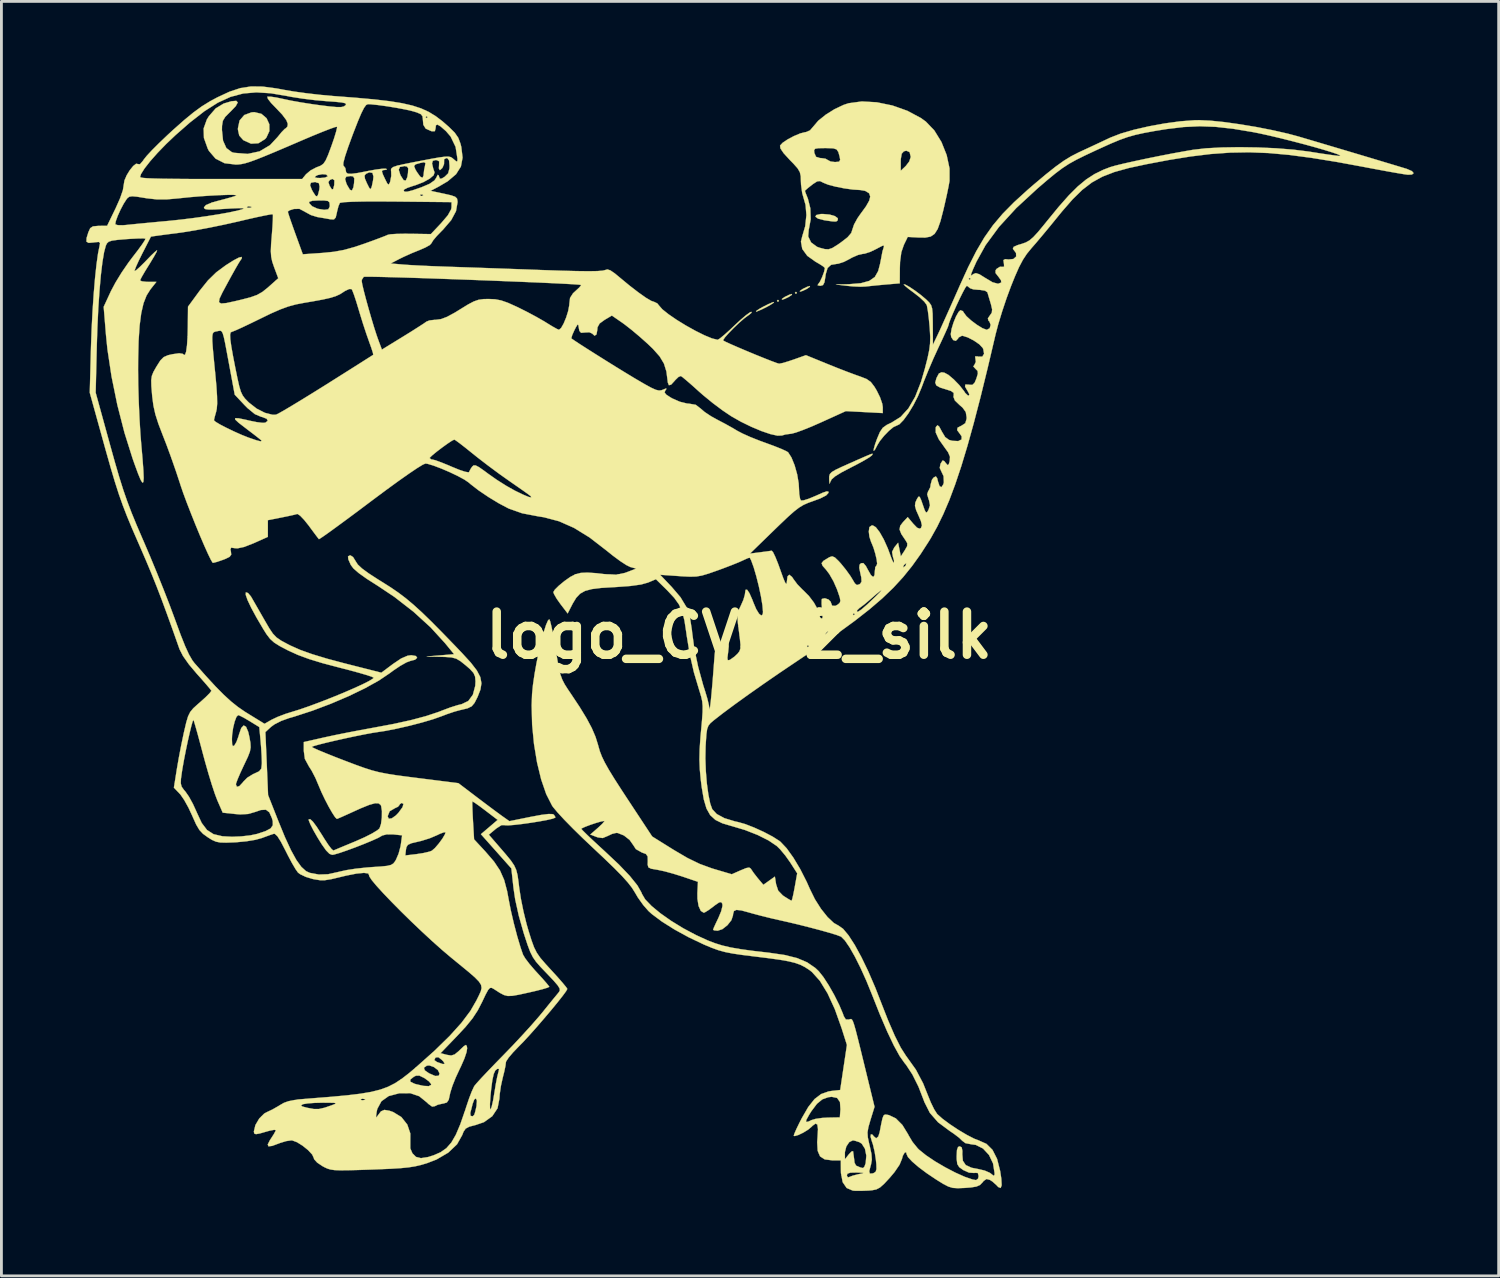
<source format=kicad_pcb>
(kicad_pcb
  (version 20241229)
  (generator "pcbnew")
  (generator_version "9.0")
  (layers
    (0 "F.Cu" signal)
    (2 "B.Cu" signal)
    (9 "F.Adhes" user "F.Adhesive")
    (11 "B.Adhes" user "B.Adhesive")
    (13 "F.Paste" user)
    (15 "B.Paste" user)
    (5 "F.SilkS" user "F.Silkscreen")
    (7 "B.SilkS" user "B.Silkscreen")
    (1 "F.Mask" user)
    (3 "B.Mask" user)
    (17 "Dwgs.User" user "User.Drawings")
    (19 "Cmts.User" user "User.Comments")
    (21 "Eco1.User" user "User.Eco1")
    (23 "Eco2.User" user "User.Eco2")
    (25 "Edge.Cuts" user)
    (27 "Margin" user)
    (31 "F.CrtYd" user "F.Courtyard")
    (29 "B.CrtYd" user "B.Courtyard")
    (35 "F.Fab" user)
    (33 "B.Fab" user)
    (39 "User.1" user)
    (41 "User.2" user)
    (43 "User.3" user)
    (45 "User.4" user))
  (footprint "logo_CV_v2_silk"
    (layer "F.Cu")
    (at 23.067 19.399)
    (property "Reference" "logo_CV_v2_silk" (at 0 0 0) (layer "F.SilkS") (effects (font (size 1.524 1.524) (thickness 0.3))))
    (attr through_hole)
    (fp_poly (pts (xy 1.411 -11.818) (xy 1.376 -11.783) (xy 1.341 -11.818) (xy 1.376 -11.853) (xy 1.411 -11.818)) (stroke (width 0.01) (type solid)) (fill yes) (layer "F.SilkS"))
    (fp_poly (pts (xy 2.046 -12.1) (xy 2.011 -12.065) (xy 1.976 -12.1) (xy 2.011 -12.136) (xy 2.046 -12.1)) (stroke (width 0.01) (type solid)) (fill yes) (layer "F.SilkS"))
    (fp_poly (pts (xy 1.869 -12.031) (xy 1.769 -11.962) (xy 1.764 -11.959) (xy 1.612 -11.885) (xy 1.517 -11.858) (xy 1.518 -11.887) (xy 1.617 -11.956) (xy 1.623 -11.959) (xy 1.775 -12.033) (xy 1.87 -12.06) (xy 1.869 -12.031)) (stroke (width 0.01) (type solid)) (fill yes) (layer "F.SilkS"))
    (fp_poly (pts (xy 2.504 -12.314) (xy 2.404 -12.244) (xy 2.399 -12.241) (xy 2.247 -12.168) (xy 2.152 -12.141) (xy 2.153 -12.169) (xy 2.252 -12.238) (xy 2.258 -12.241) (xy 2.41 -12.315) (xy 2.505 -12.342) (xy 2.504 -12.314)) (stroke (width 0.01) (type solid)) (fill yes) (layer "F.SilkS"))
    (fp_poly (pts (xy 1.22 -11.747) (xy 1.106 -11.673) (xy 0.988 -11.606) (xy 0.792 -11.509) (xy 0.644 -11.447) (xy 0.6 -11.436) (xy 0.615 -11.465) (xy 0.728 -11.54) (xy 0.847 -11.606) (xy 1.042 -11.704) (xy 1.19 -11.766) (xy 1.235 -11.776) (xy 1.22 -11.747)) (stroke (width 0.01) (type solid)) (fill yes) (layer "F.SilkS"))
    (fp_poly (pts (xy 3.202 -14.866) (xy 3.388 -14.812) (xy 3.49 -14.737) (xy 3.49 -14.672) (xy 3.459 -14.634) (xy 3.404 -14.619) (xy 3.289 -14.626) (xy 3.079 -14.656) (xy 3.004 -14.668) (xy 2.792 -14.723) (xy 2.699 -14.79) (xy 2.729 -14.85) (xy 2.886 -14.885) (xy 2.962 -14.887) (xy 3.202 -14.866)) (stroke (width 0.01) (type solid)) (fill yes) (layer "F.SilkS"))
    (fp_poly (pts (xy -16.879 -18.426) (xy -16.698 -18.272) (xy -16.599 -18.057) (xy -16.597 -17.817) (xy -16.703 -17.587) (xy -16.754 -17.53) (xy -16.986 -17.386) (xy -17.246 -17.372) (xy -17.505 -17.489) (xy -17.524 -17.503) (xy -17.662 -17.658) (xy -17.708 -17.862) (xy -17.709 -17.914) (xy -17.65 -18.191) (xy -17.483 -18.385) (xy -17.226 -18.479) (xy -17.128 -18.486) (xy -16.879 -18.426)) (stroke (width 0.01) (type solid)) (fill yes) (layer "F.SilkS"))
    (fp_poly (pts (xy 4.724 -6.409) (xy 4.713 -6.383) (xy 4.696 -6.357) (xy 4.616 -6.294) (xy 4.436 -6.185) (xy 4.186 -6.048) (xy 3.951 -5.927) (xy 3.619 -5.753) (xy 3.4 -5.619) (xy 3.275 -5.511) (xy 3.225 -5.418) (xy 3.225 -5.417) (xy 3.203 -5.353) (xy 3.19 -5.429) (xy 3.186 -5.503) (xy 3.186 -5.612) (xy 3.21 -5.695) (xy 3.28 -5.768) (xy 3.417 -5.849) (xy 3.644 -5.956) (xy 3.895 -6.068) (xy 4.242 -6.222) (xy 4.48 -6.326) (xy 4.627 -6.387) (xy 4.702 -6.413) (xy 4.724 -6.409)) (stroke (width 0.01) (type solid)) (fill yes) (layer "F.SilkS"))
    (fp_poly (pts (xy 4.87 -18.834) (xy 5.419 -18.721) (xy 5.95 -18.533) (xy 6.425 -18.279) (xy 6.601 -18.153) (xy 6.902 -17.839) (xy 7.154 -17.43) (xy 7.338 -16.969) (xy 7.439 -16.497) (xy 7.439 -16.056) (xy 7.438 -16.051) (xy 7.405 -15.863) (xy 7.347 -15.581) (xy 7.273 -15.251) (xy 7.221 -15.028) (xy 7.119 -14.634) (xy 7.022 -14.36) (xy 6.912 -14.185) (xy 6.772 -14.089) (xy 6.584 -14.053) (xy 6.356 -14.055) (xy 5.962 -14.076) (xy 5.826 -13.796) (xy 5.736 -13.535) (xy 5.691 -13.195) (xy 5.684 -12.977) (xy 5.68 -12.436) (xy 5.186 -12.394) (xy 4.901 -12.368) (xy 4.644 -12.342) (xy 4.48 -12.324) (xy 4.292 -12.316) (xy 4.033 -12.327) (xy 3.845 -12.345) (xy 3.422 -12.394) (xy 3.89 -12.406) (xy 4.305 -12.44) (xy 4.602 -12.522) (xy 4.8 -12.661) (xy 4.915 -12.865) (xy 4.923 -12.89) (xy 4.985 -13.127) (xy 5.029 -13.35) (xy 5.032 -13.37) (xy 5.07 -13.568) (xy 5.113 -13.706) (xy 5.125 -13.768) (xy 5.068 -13.764) (xy 4.92 -13.688) (xy 4.858 -13.654) (xy 4.641 -13.549) (xy 4.443 -13.485) (xy 4.374 -13.477) (xy 4.207 -13.439) (xy 3.995 -13.347) (xy 3.916 -13.302) (xy 3.706 -13.194) (xy 3.513 -13.131) (xy 3.457 -13.124) (xy 3.253 -13.09) (xy 3.13 -12.979) (xy 3.065 -12.765) (xy 3.052 -12.673) (xy 3.019 -12.471) (xy 2.967 -12.374) (xy 2.875 -12.348) (xy 2.866 -12.348) (xy 2.777 -12.367) (xy 2.793 -12.401) (xy 2.859 -12.493) (xy 2.938 -12.66) (xy 3.005 -12.84) (xy 3.034 -12.974) (xy 3.034 -12.977) (xy 2.977 -13.032) (xy 2.832 -13.126) (xy 2.71 -13.195) (xy 2.412 -13.408) (xy 2.235 -13.651) (xy 2.188 -13.911) (xy 2.23 -14.084) (xy 2.339 -14.454) (xy 2.381 -14.848) (xy 2.351 -15.21) (xy 2.302 -15.379) (xy 2.232 -15.629) (xy 2.222 -15.704) (xy 2.328 -15.704) (xy 2.353 -15.63) (xy 2.414 -15.477) (xy 2.434 -15.427) (xy 2.52 -15.087) (xy 2.533 -14.703) (xy 2.469 -14.353) (xy 2.464 -14.339) (xy 2.444 -14.093) (xy 2.548 -13.88) (xy 2.759 -13.726) (xy 2.848 -13.694) (xy 3.03 -13.646) (xy 3.164 -13.639) (xy 3.295 -13.683) (xy 3.47 -13.791) (xy 3.604 -13.884) (xy 3.837 -14.065) (xy 3.965 -14.215) (xy 4.009 -14.349) (xy 4.065 -14.515) (xy 4.182 -14.73) (xy 4.283 -14.876) (xy 4.487 -15.156) (xy 4.601 -15.357) (xy 4.637 -15.5) (xy 4.602 -15.607) (xy 4.588 -15.626) (xy 4.456 -15.704) (xy 4.283 -15.734) (xy 4.023 -15.75) (xy 3.716 -15.793) (xy 3.409 -15.854) (xy 3.148 -15.923) (xy 2.98 -15.991) (xy 2.976 -15.993) (xy 2.862 -16.05) (xy 2.761 -16.039) (xy 2.62 -15.949) (xy 2.571 -15.911) (xy 2.423 -15.794) (xy 2.337 -15.716) (xy 2.328 -15.704) (xy 2.222 -15.704) (xy 2.192 -15.923) (xy 2.187 -16.033) (xy 2.181 -16.224) (xy 2.149 -16.366) (xy 2.07 -16.5) (xy 1.923 -16.666) (xy 1.796 -16.795) (xy 1.575 -17.037) (xy 1.505 -17.143) (xy 2.653 -17.143) (xy 2.662 -17.047) (xy 2.664 -17.039) (xy 2.723 -16.906) (xy 2.858 -16.864) (xy 2.897 -16.863) (xy 3.057 -16.84) (xy 3.14 -16.792) (xy 3.235 -16.742) (xy 3.392 -16.722) (xy 3.536 -16.735) (xy 3.538 -16.737) (xy 5.715 -16.737) (xy 5.715 -16.415) (xy 5.891 -16.581) (xy 6.014 -16.74) (xy 6.068 -16.9) (xy 6.068 -16.906) (xy 6.028 -17.073) (xy 5.913 -17.123) (xy 5.827 -17.102) (xy 5.75 -17.018) (xy 5.717 -16.829) (xy 5.715 -16.737) (xy 3.538 -16.737) (xy 3.575 -16.802) (xy 3.555 -16.916) (xy 3.509 -17.079) (xy 3.447 -17.169) (xy 3.33 -17.207) (xy 3.12 -17.215) (xy 3.04 -17.216) (xy 2.811 -17.212) (xy 2.692 -17.193) (xy 2.653 -17.143) (xy 1.505 -17.143) (xy 1.462 -17.207) (xy 1.45 -17.305) (xy 1.54 -17.403) (xy 1.719 -17.523) (xy 1.941 -17.641) (xy 2.163 -17.734) (xy 2.34 -17.779) (xy 2.362 -17.78) (xy 2.509 -17.842) (xy 2.629 -17.982) (xy 2.8 -18.183) (xy 3.064 -18.396) (xy 3.379 -18.593) (xy 3.703 -18.745) (xy 3.874 -18.801) (xy 4.342 -18.864) (xy 4.87 -18.834)) (stroke (width 0.01) (type solid)) (fill yes) (layer "F.SilkS"))
    (fp_poly (pts (xy -16.832 -19.389) (xy -16.345 -19.324) (xy -16.078 -19.274) (xy -15.725 -19.214) (xy -15.283 -19.153) (xy -14.807 -19.098) (xy -14.348 -19.056) (xy -14.287 -19.052) (xy -13.523 -18.993) (xy -12.884 -18.935) (xy -12.352 -18.873) (xy -11.91 -18.802) (xy -11.543 -18.718) (xy -11.234 -18.617) (xy -10.965 -18.494) (xy -10.72 -18.344) (xy -10.482 -18.164) (xy -10.257 -17.967) (xy -10.048 -17.761) (xy -9.922 -17.58) (xy -9.843 -17.37) (xy -9.814 -17.252) (xy -9.77 -16.879) (xy -9.829 -16.564) (xy -10.001 -16.292) (xy -10.296 -16.042) (xy -10.61 -15.857) (xy -10.901 -15.704) (xy -10.425 -15.603) (xy -10.174 -15.546) (xy -10.031 -15.495) (xy -9.966 -15.433) (xy -9.949 -15.339) (xy -9.948 -15.298) (xy -10.002 -14.987) (xy -10.171 -14.671) (xy -10.463 -14.331) (xy -10.505 -14.29) (xy -10.683 -14.106) (xy -10.812 -13.952) (xy -10.865 -13.861) (xy -10.866 -13.858) (xy -10.926 -13.791) (xy -11.085 -13.702) (xy -11.271 -13.621) (xy -11.559 -13.504) (xy -11.851 -13.373) (xy -11.994 -13.303) (xy -12.311 -13.138) (xy -11.853 -13.098) (xy -11.621 -13.082) (xy -11.285 -13.064) (xy -10.882 -13.045) (xy -10.45 -13.029) (xy -10.231 -13.021) (xy -9.841 -13.008) (xy -9.344 -12.991) (xy -8.771 -12.971) (xy -8.156 -12.949) (xy -7.532 -12.927) (xy -6.975 -12.906) (xy -6.288 -12.883) (xy -5.736 -12.869) (xy -5.312 -12.864) (xy -5.008 -12.869) (xy -4.819 -12.884) (xy -4.745 -12.902) (xy -4.653 -12.928) (xy -4.546 -12.894) (xy -4.391 -12.788) (xy -4.226 -12.651) (xy -3.874 -12.36) (xy -3.556 -12.115) (xy -3.292 -11.928) (xy -3.098 -11.814) (xy -3.004 -11.783) (xy -2.887 -11.727) (xy -2.828 -11.653) (xy -2.71 -11.518) (xy -2.492 -11.344) (xy -2.205 -11.147) (xy -1.878 -10.946) (xy -1.54 -10.758) (xy -1.223 -10.6) (xy -0.954 -10.489) (xy -0.765 -10.443) (xy -0.752 -10.442) (xy -0.674 -10.489) (xy -0.522 -10.614) (xy -0.319 -10.796) (xy -0.172 -10.936) (xy 0.053 -11.145) (xy 0.247 -11.31) (xy 0.386 -11.41) (xy 0.433 -11.43) (xy 0.445 -11.399) (xy 0.356 -11.322) (xy 0.318 -11.297) (xy 0.177 -11.192) (xy -0.001 -11.036) (xy -0.19 -10.856) (xy -0.364 -10.677) (xy -0.496 -10.528) (xy -0.56 -10.434) (xy -0.56 -10.417) (xy -0.475 -10.37) (xy -0.289 -10.285) (xy -0.03 -10.172) (xy 0.272 -10.044) (xy 0.589 -9.912) (xy 0.891 -9.79) (xy 1.15 -9.688) (xy 1.336 -9.619) (xy 1.418 -9.596) (xy 1.533 -9.618) (xy 1.734 -9.677) (xy 1.94 -9.746) (xy 2.364 -9.897) (xy 3.14 -9.58) (xy 3.488 -9.44) (xy 3.829 -9.308) (xy 4.119 -9.2) (xy 4.284 -9.142) (xy 4.506 -9.056) (xy 4.657 -8.95) (xy 4.786 -8.781) (xy 4.866 -8.647) (xy 4.983 -8.409) (xy 5.061 -8.184) (xy 5.08 -8.062) (xy 5.08 -7.851) (xy 4.427 -7.886) (xy 3.773 -7.92) (xy 2.899 -7.523) (xy 2.562 -7.375) (xy 2.256 -7.252) (xy 2.012 -7.164) (xy 1.859 -7.123) (xy 1.842 -7.121) (xy 1.641 -7.095) (xy 1.517 -7.059) (xy 1.359 -7.053) (xy 1.107 -7.109) (xy 0.79 -7.217) (xy 0.433 -7.367) (xy 0.064 -7.547) (xy -0.282 -7.744) (xy -0.584 -7.948) (xy -0.931 -8.208) (xy -1.267 -8.483) (xy -1.413 -8.611) (xy -1.652 -8.826) (xy -1.856 -9.003) (xy -1.999 -9.122) (xy -2.056 -9.161) (xy -2.139 -9.128) (xy -2.255 -9.016) (xy -2.265 -9.002) (xy -2.399 -8.856) (xy -2.479 -8.835) (xy -2.518 -8.937) (xy -2.522 -8.977) (xy -2.566 -9.32) (xy -2.653 -9.6) (xy -2.805 -9.854) (xy -3.042 -10.121) (xy -3.233 -10.304) (xy -3.507 -10.548) (xy -3.79 -10.786) (xy -4.038 -10.98) (xy -4.132 -11.048) (xy -4.493 -11.297) (xy -4.751 -11.145) (xy -4.927 -11.017) (xy -5.001 -10.882) (xy -5.009 -10.788) (xy -5.037 -10.631) (xy -5.105 -10.584) (xy -5.19 -10.661) (xy -5.288 -10.706) (xy -5.437 -10.699) (xy -5.582 -10.688) (xy -5.643 -10.758) (xy -5.66 -10.851) (xy -5.679 -10.965) (xy -5.708 -10.978) (xy -5.767 -10.879) (xy -5.819 -10.778) (xy -5.894 -10.61) (xy -5.925 -10.503) (xy -5.922 -10.488) (xy -5.828 -10.422) (xy -5.638 -10.296) (xy -5.373 -10.126) (xy -5.057 -9.926) (xy -4.713 -9.71) (xy -4.363 -9.492) (xy -4.032 -9.289) (xy -3.742 -9.113) (xy -3.667 -9.068) (xy -3.337 -8.875) (xy -3.103 -8.747) (xy -2.941 -8.674) (xy -2.828 -8.648) (xy -2.741 -8.658) (xy -2.693 -8.676) (xy -2.576 -8.723) (xy -2.566 -8.701) (xy -2.601 -8.654) (xy -2.631 -8.583) (xy -2.577 -8.507) (xy -2.42 -8.404) (xy -2.357 -8.368) (xy -2.093 -8.252) (xy -1.838 -8.189) (xy -1.768 -8.184) (xy -1.528 -8.143) (xy -1.356 -8.01) (xy -1.214 -7.889) (xy -0.994 -7.742) (xy -0.763 -7.614) (xy -0.49 -7.471) (xy -0.225 -7.323) (xy -0.054 -7.221) (xy 0.128 -7.126) (xy 0.401 -7.004) (xy 0.723 -6.876) (xy 0.937 -6.798) (xy 1.239 -6.687) (xy 1.495 -6.585) (xy 1.672 -6.504) (xy 1.735 -6.465) (xy 1.853 -6.281) (xy 1.965 -6.005) (xy 2.055 -5.684) (xy 2.108 -5.369) (xy 2.117 -5.216) (xy 2.128 -4.987) (xy 2.158 -4.82) (xy 2.19 -4.761) (xy 2.285 -4.767) (xy 2.468 -4.825) (xy 2.701 -4.922) (xy 2.724 -4.932) (xy 2.964 -5.039) (xy 3.102 -5.085) (xy 3.159 -5.075) (xy 3.162 -5.032) (xy 3.079 -4.941) (xy 2.87 -4.834) (xy 2.634 -4.747) (xy 2.441 -4.678) (xy 2.279 -4.606) (xy 2.122 -4.511) (xy 1.949 -4.378) (xy 1.736 -4.189) (xy 1.46 -3.927) (xy 1.258 -3.732) (xy 0.388 -2.886) (xy 0.741 -2.931) (xy 0.957 -2.959) (xy 1.114 -2.981) (xy 1.157 -2.987) (xy 1.205 -2.93) (xy 1.284 -2.766) (xy 1.382 -2.523) (xy 1.452 -2.328) (xy 1.558 -2.032) (xy 1.629 -1.862) (xy 1.671 -1.809) (xy 1.688 -1.862) (xy 1.689 -1.883) (xy 1.714 -2.078) (xy 1.776 -2.138) (xy 1.872 -2.062) (xy 1.928 -1.978) (xy 2.063 -1.797) (xy 2.243 -1.612) (xy 2.276 -1.583) (xy 2.471 -1.386) (xy 2.646 -1.155) (xy 2.772 -0.931) (xy 2.82 -0.763) (xy 2.865 -0.631) (xy 2.903 -0.593) (xy 2.948 -0.603) (xy 2.956 -0.721) (xy 2.954 -0.741) (xy 4.022 -0.741) (xy 4.057 -0.706) (xy 4.092 -0.741) (xy 4.057 -0.776) (xy 4.022 -0.741) (xy 2.954 -0.741) (xy 2.943 -0.844) (xy 4.163 -0.844) (xy 4.203 -0.829) (xy 4.326 -0.91) (xy 4.535 -1.092) (xy 4.829 -1.37) (xy 4.981 -1.523) (xy 5.034 -1.586) (xy 4.992 -1.565) (xy 4.863 -1.462) (xy 4.652 -1.28) (xy 4.601 -1.235) (xy 4.432 -1.092) (xy 4.295 -0.988) (xy 4.262 -0.967) (xy 4.174 -0.881) (xy 4.163 -0.844) (xy 2.943 -0.844) (xy 2.938 -0.894) (xy 2.918 -1.103) (xy 2.92 -1.249) (xy 2.931 -1.285) (xy 3.034 -1.307) (xy 3.163 -1.262) (xy 3.242 -1.18) (xy 3.246 -1.16) (xy 3.29 -1.044) (xy 3.405 -1.037) (xy 3.494 -1.086) (xy 3.559 -1.144) (xy 3.582 -1.215) (xy 3.561 -1.335) (xy 3.492 -1.539) (xy 3.459 -1.631) (xy 3.338 -1.906) (xy 3.191 -2.163) (xy 3.077 -2.314) (xy 2.953 -2.454) (xy 2.918 -2.547) (xy 2.982 -2.628) (xy 3.157 -2.736) (xy 3.202 -2.761) (xy 3.292 -2.789) (xy 3.389 -2.748) (xy 3.523 -2.619) (xy 3.603 -2.53) (xy 3.779 -2.313) (xy 3.935 -2.096) (xy 3.998 -1.993) (xy 4.094 -1.832) (xy 4.165 -1.774) (xy 4.247 -1.798) (xy 4.283 -1.82) (xy 4.329 -1.893) (xy 4.321 -2.043) (xy 4.29 -2.179) (xy 4.249 -2.381) (xy 4.26 -2.492) (xy 4.311 -2.545) (xy 4.394 -2.55) (xy 4.484 -2.445) (xy 4.547 -2.327) (xy 4.662 -2.124) (xy 4.743 -2.057) (xy 4.788 -2.125) (xy 4.798 -2.258) (xy 4.816 -2.403) (xy 5.803 -2.403) (xy 5.813 -2.399) (xy 5.877 -2.449) (xy 5.891 -2.469) (xy 5.909 -2.535) (xy 5.9 -2.54) (xy 5.835 -2.49) (xy 5.821 -2.469) (xy 5.803 -2.403) (xy 4.816 -2.403) (xy 4.816 -2.406) (xy 4.861 -2.469) (xy 4.862 -2.469) (xy 4.881 -2.529) (xy 4.863 -2.68) (xy 4.816 -2.882) (xy 4.752 -3.094) (xy 4.679 -3.274) (xy 4.667 -3.297) (xy 4.607 -3.481) (xy 4.586 -3.664) (xy 4.607 -3.821) (xy 4.686 -3.878) (xy 4.728 -3.881) (xy 4.835 -3.817) (xy 4.969 -3.644) (xy 5.115 -3.387) (xy 5.258 -3.069) (xy 5.365 -2.778) (xy 5.425 -2.626) (xy 5.47 -2.559) (xy 5.477 -2.561) (xy 5.477 -2.641) (xy 5.438 -2.773) (xy 5.408 -2.945) (xy 5.486 -3.101) (xy 5.495 -3.112) (xy 5.622 -3.269) (xy 5.718 -2.788) (xy 5.856 -2.998) (xy 5.942 -3.149) (xy 5.946 -3.252) (xy 5.888 -3.35) (xy 5.735 -3.578) (xy 5.673 -3.738) (xy 5.697 -3.868) (xy 5.792 -3.993) (xy 5.962 -4.174) (xy 6.156 -3.942) (xy 6.294 -3.799) (xy 6.387 -3.766) (xy 6.43 -3.791) (xy 6.464 -3.88) (xy 6.428 -4.033) (xy 6.36 -4.193) (xy 6.259 -4.421) (xy 6.218 -4.572) (xy 6.232 -4.692) (xy 6.291 -4.82) (xy 6.342 -4.898) (xy 6.384 -4.892) (xy 6.435 -4.782) (xy 6.491 -4.621) (xy 6.561 -4.421) (xy 6.608 -4.338) (xy 6.65 -4.354) (xy 6.697 -4.434) (xy 6.749 -4.594) (xy 6.715 -4.767) (xy 6.699 -4.808) (xy 6.649 -4.981) (xy 6.683 -5.087) (xy 6.693 -5.098) (xy 6.759 -5.231) (xy 6.773 -5.332) (xy 6.819 -5.497) (xy 6.879 -5.574) (xy 6.956 -5.614) (xy 7.003 -5.55) (xy 7.029 -5.441) (xy 7.086 -5.27) (xy 7.153 -5.232) (xy 7.218 -5.331) (xy 7.238 -5.398) (xy 7.228 -5.624) (xy 7.167 -5.752) (xy 7.093 -5.913) (xy 7.119 -6.054) (xy 7.13 -6.074) (xy 7.195 -6.176) (xy 7.253 -6.155) (xy 7.302 -6.091) (xy 7.373 -6.011) (xy 7.413 -6.044) (xy 7.445 -6.154) (xy 7.455 -6.307) (xy 7.388 -6.466) (xy 7.279 -6.617) (xy 7.059 -6.927) (xy 6.951 -7.165) (xy 6.95 -7.338) (xy 6.964 -7.369) (xy 7.014 -7.421) (xy 7.072 -7.376) (xy 7.158 -7.218) (xy 7.166 -7.201) (xy 7.285 -7.003) (xy 7.424 -6.902) (xy 7.537 -6.871) (xy 7.748 -6.861) (xy 7.864 -6.918) (xy 7.867 -7.028) (xy 7.809 -7.112) (xy 7.708 -7.249) (xy 7.724 -7.335) (xy 7.865 -7.408) (xy 7.867 -7.408) (xy 7.996 -7.493) (xy 8.041 -7.643) (xy 8.043 -7.706) (xy 8.013 -7.888) (xy 7.9 -8.044) (xy 7.793 -8.137) (xy 7.628 -8.296) (xy 7.578 -8.424) (xy 7.585 -8.468) (xy 7.586 -8.563) (xy 7.495 -8.63) (xy 7.359 -8.675) (xy 7.107 -8.753) (xy 6.973 -8.829) (xy 6.934 -8.926) (xy 6.972 -9.068) (xy 6.984 -9.1) (xy 7.064 -9.25) (xy 7.158 -9.293) (xy 7.258 -9.278) (xy 7.402 -9.199) (xy 7.59 -9.04) (xy 7.785 -8.839) (xy 7.95 -8.63) (xy 7.994 -8.562) (xy 8.084 -8.477) (xy 8.121 -8.467) (xy 8.139 -8.514) (xy 8.083 -8.623) (xy 7.988 -8.785) (xy 7.998 -8.86) (xy 8.115 -8.857) (xy 8.134 -8.852) (xy 8.248 -8.847) (xy 8.326 -8.924) (xy 8.387 -9.068) (xy 8.44 -9.242) (xy 8.43 -9.341) (xy 8.357 -9.414) (xy 8.28 -9.499) (xy 8.318 -9.555) (xy 8.368 -9.658) (xy 8.357 -9.75) (xy 8.343 -9.851) (xy 8.42 -9.856) (xy 8.46 -9.845) (xy 8.599 -9.848) (xy 8.66 -9.948) (xy 8.631 -10.113) (xy 8.611 -10.154) (xy 8.495 -10.279) (xy 8.301 -10.413) (xy 8.085 -10.525) (xy 7.904 -10.582) (xy 7.877 -10.583) (xy 7.766 -10.526) (xy 7.736 -10.479) (xy 7.662 -10.403) (xy 7.57 -10.431) (xy 7.499 -10.537) (xy 7.483 -10.644) (xy 7.512 -10.827) (xy 7.58 -11.049) (xy 7.668 -11.264) (xy 7.759 -11.425) (xy 7.822 -11.486) (xy 7.911 -11.454) (xy 7.946 -11.397) (xy 8.036 -11.276) (xy 8.204 -11.123) (xy 8.407 -10.971) (xy 8.602 -10.851) (xy 8.746 -10.796) (xy 8.759 -10.795) (xy 8.859 -10.849) (xy 8.892 -10.968) (xy 8.848 -11.087) (xy 8.815 -11.115) (xy 8.794 -11.197) (xy 8.861 -11.296) (xy 8.933 -11.399) (xy 8.945 -11.515) (xy 8.902 -11.701) (xy 8.893 -11.73) (xy 8.832 -11.934) (xy 8.787 -12.087) (xy 8.778 -12.118) (xy 8.695 -12.177) (xy 8.515 -12.205) (xy 8.473 -12.206) (xy 8.284 -12.222) (xy 8.163 -12.263) (xy 8.149 -12.277) (xy 8.065 -12.344) (xy 8.047 -12.347) (xy 8.001 -12.288) (xy 7.915 -12.131) (xy 7.804 -11.909) (xy 7.684 -11.654) (xy 7.57 -11.4) (xy 7.477 -11.179) (xy 7.419 -11.023) (xy 7.408 -10.974) (xy 7.38 -10.893) (xy 7.301 -10.713) (xy 7.185 -10.46) (xy 7.049 -10.171) (xy 6.873 -9.787) (xy 6.692 -9.365) (xy 6.531 -8.968) (xy 6.456 -8.766) (xy 6.323 -8.447) (xy 6.161 -8.13) (xy 5.986 -7.841) (xy 5.816 -7.608) (xy 5.668 -7.455) (xy 5.57 -7.408) (xy 5.458 -7.357) (xy 5.299 -7.226) (xy 5.127 -7.049) (xy 4.977 -6.863) (xy 4.894 -6.728) (xy 4.805 -6.559) (xy 4.76 -6.513) (xy 4.761 -6.579) (xy 4.807 -6.745) (xy 4.88 -6.949) (xy 4.98 -7.184) (xy 5.08 -7.331) (xy 5.223 -7.434) (xy 5.393 -7.516) (xy 5.71 -7.714) (xy 5.985 -8.014) (xy 6.224 -8.425) (xy 6.433 -8.958) (xy 6.567 -9.418) (xy 6.662 -9.791) (xy 6.721 -10.073) (xy 6.751 -10.307) (xy 6.757 -10.538) (xy 6.742 -10.81) (xy 6.736 -10.896) (xy 6.707 -11.198) (xy 6.674 -11.459) (xy 6.642 -11.637) (xy 6.63 -11.677) (xy 6.547 -11.789) (xy 6.382 -11.944) (xy 6.185 -12.098) (xy 5.993 -12.241) (xy 5.862 -12.35) (xy 5.818 -12.403) (xy 5.818 -12.403) (xy 5.89 -12.385) (xy 6.038 -12.301) (xy 6.229 -12.172) (xy 6.429 -12.022) (xy 6.606 -11.872) (xy 6.615 -11.864) (xy 6.72 -11.761) (xy 6.787 -11.667) (xy 6.824 -11.547) (xy 6.842 -11.368) (xy 6.847 -11.094) (xy 6.848 -10.958) (xy 6.852 -10.266) (xy 7.022 -10.619) (xy 7.102 -10.791) (xy 7.227 -11.067) (xy 7.386 -11.42) (xy 7.567 -11.825) (xy 7.758 -12.257) (xy 7.795 -12.342) (xy 7.91 -12.594) (xy 8.114 -12.594) (xy 8.149 -12.559) (xy 8.184 -12.594) (xy 8.149 -12.629) (xy 8.114 -12.594) (xy 7.91 -12.594) (xy 7.966 -12.717) (xy 8.196 -12.717) (xy 8.23 -12.724) (xy 8.283 -12.765) (xy 8.37 -12.797) (xy 8.496 -12.756) (xy 8.689 -12.635) (xy 8.961 -12.473) (xy 9.154 -12.421) (xy 9.267 -12.465) (xy 9.258 -12.543) (xy 9.17 -12.667) (xy 9.163 -12.675) (xy 9.064 -12.802) (xy 9.066 -12.895) (xy 9.103 -12.948) (xy 9.222 -13.022) (xy 9.297 -13.02) (xy 9.367 -13.022) (xy 9.363 -13.126) (xy 9.358 -13.145) (xy 9.344 -13.258) (xy 9.407 -13.291) (xy 9.526 -13.279) (xy 9.697 -13.297) (xy 9.794 -13.384) (xy 9.789 -13.507) (xy 9.746 -13.566) (xy 9.678 -13.656) (xy 9.704 -13.724) (xy 9.841 -13.786) (xy 9.989 -13.83) (xy 10.133 -13.88) (xy 10.263 -13.952) (xy 10.399 -14.068) (xy 10.566 -14.249) (xy 10.786 -14.515) (xy 10.881 -14.633) (xy 11.297 -15.14) (xy 11.654 -15.544) (xy 11.972 -15.861) (xy 12.269 -16.107) (xy 12.564 -16.298) (xy 12.875 -16.45) (xy 13.114 -16.542) (xy 13.299 -16.596) (xy 13.595 -16.668) (xy 13.975 -16.753) (xy 14.41 -16.846) (xy 14.874 -16.94) (xy 15.339 -17.03) (xy 15.776 -17.109) (xy 16.051 -17.156) (xy 16.502 -17.208) (xy 17.057 -17.238) (xy 17.679 -17.248) (xy 18.333 -17.238) (xy 18.983 -17.209) (xy 19.593 -17.16) (xy 20.128 -17.094) (xy 20.172 -17.087) (xy 20.528 -17.03) (xy 20.841 -16.984) (xy 21.08 -16.952) (xy 21.216 -16.937) (xy 21.23 -16.937) (xy 21.247 -16.956) (xy 21.145 -17.002) (xy 20.945 -17.07) (xy 20.666 -17.156) (xy 20.326 -17.254) (xy 19.945 -17.358) (xy 19.542 -17.463) (xy 19.137 -17.565) (xy 18.748 -17.657) (xy 18.395 -17.735) (xy 18.163 -17.781) (xy 17.461 -17.898) (xy 16.847 -17.966) (xy 16.279 -17.987) (xy 15.712 -17.96) (xy 15.103 -17.887) (xy 14.695 -17.821) (xy 14.315 -17.751) (xy 14.007 -17.683) (xy 13.731 -17.605) (xy 13.451 -17.505) (xy 13.127 -17.37) (xy 12.723 -17.187) (xy 12.627 -17.143) (xy 12.228 -16.956) (xy 11.917 -16.802) (xy 11.66 -16.659) (xy 11.425 -16.505) (xy 11.18 -16.321) (xy 10.892 -16.084) (xy 10.549 -15.79) (xy 9.799 -15.098) (xy 9.187 -14.43) (xy 8.713 -13.786) (xy 8.39 -13.202) (xy 8.271 -12.937) (xy 8.208 -12.782) (xy 8.196 -12.717) (xy 7.966 -12.717) (xy 8.1 -13.011) (xy 8.385 -13.573) (xy 8.669 -14.056) (xy 8.972 -14.486) (xy 9.315 -14.892) (xy 9.718 -15.301) (xy 10.201 -15.741) (xy 10.429 -15.938) (xy 10.847 -16.289) (xy 11.188 -16.56) (xy 11.477 -16.767) (xy 11.739 -16.928) (xy 11.997 -17.06) (xy 12.016 -17.069) (xy 12.366 -17.231) (xy 12.749 -17.41) (xy 13.091 -17.571) (xy 13.123 -17.586) (xy 13.489 -17.728) (xy 13.957 -17.864) (xy 14.489 -17.986) (xy 15.048 -18.088) (xy 15.595 -18.162) (xy 16.092 -18.2) (xy 16.263 -18.203) (xy 16.654 -18.185) (xy 17.146 -18.135) (xy 17.701 -18.057) (xy 18.285 -17.96) (xy 18.86 -17.847) (xy 19.393 -17.726) (xy 19.756 -17.629) (xy 20.053 -17.541) (xy 20.439 -17.427) (xy 20.889 -17.293) (xy 21.377 -17.148) (xy 21.876 -16.999) (xy 22.361 -16.854) (xy 22.806 -16.72) (xy 23.185 -16.606) (xy 23.472 -16.519) (xy 23.601 -16.48) (xy 23.78 -16.402) (xy 23.841 -16.33) (xy 23.781 -16.281) (xy 23.636 -16.274) (xy 23.513 -16.291) (xy 23.277 -16.33) (xy 22.952 -16.387) (xy 22.563 -16.459) (xy 22.135 -16.539) (xy 22.119 -16.543) (xy 21.125 -16.726) (xy 20.242 -16.869) (xy 19.448 -16.974) (xy 18.717 -17.04) (xy 18.026 -17.067) (xy 17.351 -17.055) (xy 16.669 -17.006) (xy 15.955 -16.919) (xy 15.187 -16.795) (xy 14.399 -16.646) (xy 13.776 -16.512) (xy 13.267 -16.371) (xy 12.841 -16.206) (xy 12.472 -16.002) (xy 12.13 -15.74) (xy 11.787 -15.404) (xy 11.415 -14.977) (xy 11.24 -14.762) (xy 10.986 -14.45) (xy 10.723 -14.133) (xy 10.487 -13.853) (xy 10.336 -13.68) (xy 10.173 -13.481) (xy 10.033 -13.269) (xy 9.896 -13.01) (xy 9.748 -12.674) (xy 9.613 -12.339) (xy 9.455 -11.912) (xy 9.299 -11.446) (xy 9.162 -10.997) (xy 9.063 -10.621) (xy 9.063 -10.619) (xy 8.789 -9.454) (xy 8.535 -8.418) (xy 8.296 -7.499) (xy 8.07 -6.686) (xy 7.853 -5.969) (xy 7.641 -5.336) (xy 7.432 -4.777) (xy 7.22 -4.281) (xy 7.003 -3.836) (xy 6.777 -3.431) (xy 6.707 -3.317) (xy 6.413 -2.861) (xy 6.114 -2.444) (xy 5.798 -2.053) (xy 5.452 -1.677) (xy 5.062 -1.303) (xy 4.614 -0.919) (xy 4.096 -0.513) (xy 3.494 -0.073) (xy 2.794 0.414) (xy 2.073 0.899) (xy 1.474 1.302) (xy 0.89 1.704) (xy 0.341 2.09) (xy -0.152 2.445) (xy -0.569 2.755) (xy -0.889 3.004) (xy -0.906 3.018) (xy -1.012 3.109) (xy -1.082 3.197) (xy -1.126 3.313) (xy -1.152 3.491) (xy -1.171 3.761) (xy -1.181 3.932) (xy -1.189 4.353) (xy -1.173 4.8) (xy -1.137 5.237) (xy -1.083 5.633) (xy -1.017 5.952) (xy -0.947 6.147) (xy -0.789 6.318) (xy -0.514 6.466) (xy -0.144 6.579) (xy -0.036 6.602) (xy 0.218 6.674) (xy 0.539 6.799) (xy 0.879 6.954) (xy 1.19 7.118) (xy 1.426 7.269) (xy 1.466 7.3) (xy 1.683 7.53) (xy 1.922 7.863) (xy 2.165 8.269) (xy 2.393 8.718) (xy 2.502 8.964) (xy 2.681 9.328) (xy 2.897 9.669) (xy 3.128 9.959) (xy 3.352 10.17) (xy 3.519 10.264) (xy 3.678 10.376) (xy 3.871 10.607) (xy 4.089 10.945) (xy 4.324 11.375) (xy 4.569 11.883) (xy 4.815 12.453) (xy 4.994 12.912) (xy 5.264 13.601) (xy 5.504 14.155) (xy 5.716 14.575) (xy 5.901 14.865) (xy 5.918 14.887) (xy 6.25 15.352) (xy 6.506 15.837) (xy 6.663 16.23) (xy 6.775 16.506) (xy 6.893 16.749) (xy 6.996 16.911) (xy 7.007 16.924) (xy 7.188 17.086) (xy 7.448 17.279) (xy 7.748 17.478) (xy 8.049 17.657) (xy 8.311 17.792) (xy 8.463 17.85) (xy 8.744 17.975) (xy 8.959 18.189) (xy 9.119 18.505) (xy 9.229 18.937) (xy 9.27 19.209) (xy 9.282 19.437) (xy 9.246 19.534) (xy 9.161 19.501) (xy 9.098 19.434) (xy 8.959 19.309) (xy 8.867 19.249) (xy 8.748 19.216) (xy 8.645 19.286) (xy 8.603 19.339) (xy 8.514 19.429) (xy 8.389 19.484) (xy 8.19 19.516) (xy 7.98 19.532) (xy 7.733 19.542) (xy 7.555 19.531) (xy 7.398 19.484) (xy 7.215 19.389) (xy 6.968 19.236) (xy 6.637 19.014) (xy 6.346 18.796) (xy 6.118 18.6) (xy 5.971 18.443) (xy 5.927 18.351) (xy 5.903 18.268) (xy 5.849 18.291) (xy 5.789 18.396) (xy 5.757 18.51) (xy 5.673 18.712) (xy 5.495 18.973) (xy 5.326 19.174) (xy 5.128 19.387) (xy 4.983 19.516) (xy 4.853 19.584) (xy 4.699 19.615) (xy 4.568 19.626) (xy 4.318 19.635) (xy 4.099 19.633) (xy 4.022 19.627) (xy 3.803 19.534) (xy 3.662 19.327) (xy 3.618 19.089) (xy 3.81 19.089) (xy 3.846 19.161) (xy 3.896 19.146) (xy 4.02 19.098) (xy 4.209 19.049) (xy 4.231 19.045) (xy 4.372 19.015) (xy 4.396 19) (xy 4.295 18.992) (xy 4.145 18.988) (xy 3.933 18.993) (xy 3.832 19.03) (xy 3.81 19.089) (xy 3.618 19.089) (xy 3.602 19.008) (xy 3.6 18.927) (xy 3.598 18.556) (xy 3.282 18.556) (xy 3.029 18.524) (xy 2.864 18.417) (xy 2.812 18.297) (xy 3.741 18.297) (xy 3.743 18.521) (xy 3.881 18.344) (xy 3.977 18.244) (xy 4.029 18.233) (xy 4.031 18.239) (xy 4.072 18.542) (xy 4.082 18.639) (xy 4.137 18.744) (xy 4.296 18.811) (xy 4.384 18.83) (xy 4.433 18.777) (xy 4.475 18.658) (xy 4.499 18.391) (xy 4.45 18.147) (xy 4.338 17.97) (xy 4.255 17.916) (xy 4.103 17.866) (xy 4.022 17.851) (xy 3.895 17.913) (xy 3.792 18.067) (xy 3.742 18.264) (xy 3.741 18.297) (xy 2.812 18.297) (xy 2.779 18.219) (xy 2.762 17.914) (xy 2.774 17.744) (xy 2.79 17.454) (xy 2.768 17.293) (xy 2.704 17.257) (xy 2.595 17.338) (xy 2.567 17.368) (xy 2.443 17.472) (xy 2.271 17.578) (xy 2.099 17.661) (xy 1.97 17.699) (xy 1.934 17.691) (xy 1.953 17.622) (xy 2.025 17.456) (xy 2.138 17.223) (xy 2.149 17.203) (xy 2.369 17.203) (xy 2.453 17.187) (xy 2.558 17.136) (xy 2.708 17.091) (xy 2.941 17.058) (xy 3.135 17.047) (xy 3.563 17.039) (xy 3.584 16.751) (xy 3.567 16.496) (xy 3.466 16.352) (xy 3.274 16.312) (xy 3.152 16.327) (xy 2.944 16.402) (xy 2.754 16.558) (xy 2.558 16.818) (xy 2.475 16.951) (xy 2.378 17.128) (xy 2.369 17.203) (xy 2.149 17.203) (xy 2.216 17.071) (xy 2.447 16.672) (xy 2.669 16.392) (xy 2.901 16.215) (xy 3.163 16.122) (xy 3.268 16.105) (xy 3.575 16.071) (xy 3.694 15.275) (xy 3.813 14.479) (xy 3.627 13.892) (xy 3.387 13.218) (xy 3.129 12.656) (xy 2.858 12.214) (xy 2.579 11.903) (xy 2.481 11.826) (xy 2.324 11.725) (xy 2.163 11.644) (xy 1.977 11.578) (xy 1.741 11.521) (xy 1.432 11.467) (xy 1.027 11.411) (xy 0.571 11.355) (xy 0.119 11.299) (xy -0.226 11.248) (xy -0.5 11.194) (xy -0.735 11.129) (xy -0.967 11.045) (xy -1.229 10.935) (xy -1.239 10.931) (xy -1.773 10.677) (xy -2.279 10.4) (xy -2.725 10.119) (xy -3.081 9.853) (xy -3.197 9.749) (xy -3.384 9.536) (xy -3.575 9.268) (xy -3.678 9.093) (xy -3.781 8.928) (xy -3.929 8.738) (xy -4.136 8.507) (xy -4.415 8.224) (xy -4.778 7.874) (xy -5.131 7.542) (xy -5.516 7.178) (xy -5.86 6.841) (xy -5.574 6.841) (xy -5.524 6.9) (xy -5.387 7.036) (xy -5.181 7.232) (xy -4.923 7.471) (xy -4.758 7.622) (xy -4.249 8.1) (xy -3.861 8.506) (xy -3.593 8.839) (xy -3.445 9.099) (xy -3.431 9.14) (xy -3.317 9.334) (xy -3.093 9.567) (xy -2.781 9.825) (xy -2.402 10.092) (xy -1.975 10.354) (xy -1.522 10.595) (xy -1.11 10.784) (xy -0.853 10.883) (xy -0.592 10.964) (xy -0.3 11.033) (xy 0.051 11.094) (xy 0.487 11.154) (xy 1.036 11.217) (xy 1.053 11.219) (xy 1.611 11.3) (xy 2.054 11.41) (xy 2.407 11.56) (xy 2.695 11.758) (xy 2.816 11.872) (xy 2.98 12.078) (xy 3.172 12.374) (xy 3.366 12.716) (xy 3.54 13.064) (xy 3.671 13.373) (xy 3.701 13.461) (xy 3.774 13.579) (xy 3.883 13.581) (xy 3.925 13.567) (xy 3.96 13.563) (xy 3.992 13.584) (xy 4.026 13.646) (xy 4.067 13.763) (xy 4.121 13.951) (xy 4.191 14.223) (xy 4.284 14.596) (xy 4.403 15.083) (xy 4.473 15.37) (xy 4.789 16.665) (xy 4.646 17.127) (xy 4.572 17.383) (xy 4.541 17.567) (xy 4.551 17.743) (xy 4.6 17.973) (xy 4.618 18.045) (xy 4.68 18.331) (xy 4.694 18.536) (xy 4.663 18.711) (xy 4.652 18.745) (xy 4.602 18.939) (xy 4.622 19.025) (xy 4.72 19.02) (xy 4.76 19.006) (xy 4.828 18.961) (xy 4.857 18.869) (xy 4.853 18.697) (xy 4.836 18.531) (xy 4.793 18.254) (xy 4.733 17.998) (xy 4.69 17.871) (xy 4.648 17.719) (xy 4.661 17.636) (xy 4.717 17.65) (xy 4.763 17.709) (xy 4.847 17.778) (xy 4.922 17.715) (xy 4.969 17.568) (xy 5.027 17.265) (xy 5.069 17.075) (xy 5.108 16.974) (xy 5.157 16.939) (xy 5.229 16.945) (xy 5.301 16.96) (xy 5.541 17.074) (xy 5.772 17.306) (xy 5.973 17.633) (xy 5.993 17.674) (xy 6.133 17.909) (xy 6.317 18.135) (xy 6.36 18.178) (xy 6.606 18.377) (xy 6.924 18.591) (xy 7.28 18.8) (xy 7.642 18.989) (xy 7.976 19.139) (xy 8.251 19.233) (xy 8.378 19.256) (xy 8.449 19.202) (xy 8.467 19.112) (xy 8.44 19.004) (xy 8.334 18.998) (xy 8.312 19.004) (xy 8.128 18.992) (xy 7.923 18.9) (xy 7.782 18.798) (xy 7.713 18.688) (xy 7.692 18.513) (xy 7.691 18.409) (xy 7.702 18.191) (xy 7.741 18.085) (xy 7.799 18.062) (xy 7.87 18.099) (xy 7.894 18.228) (xy 7.891 18.344) (xy 7.91 18.571) (xy 8.012 18.724) (xy 8.217 18.819) (xy 8.459 18.866) (xy 8.683 18.919) (xy 8.864 18.998) (xy 8.902 19.026) (xy 8.998 19.102) (xy 9.028 19.074) (xy 9.031 19.008) (xy 8.977 18.666) (xy 8.834 18.367) (xy 8.623 18.14) (xy 8.366 18.011) (xy 8.218 17.992) (xy 8.001 17.95) (xy 7.889 17.866) (xy 7.78 17.76) (xy 7.596 17.62) (xy 7.444 17.517) (xy 7.034 17.212) (xy 6.744 16.88) (xy 6.549 16.494) (xy 6.53 16.439) (xy 6.342 15.954) (xy 6.127 15.523) (xy 5.905 15.184) (xy 5.852 15.12) (xy 5.678 14.874) (xy 5.472 14.5) (xy 5.236 14.004) (xy 4.975 13.395) (xy 4.699 12.699) (xy 4.503 12.218) (xy 4.299 11.766) (xy 4.098 11.364) (xy 3.909 11.032) (xy 3.744 10.79) (xy 3.614 10.658) (xy 3.598 10.649) (xy 3.456 10.595) (xy 3.206 10.518) (xy 2.876 10.425) (xy 2.497 10.325) (xy 2.098 10.224) (xy 1.709 10.132) (xy 1.517 10.089) (xy 1.155 10.007) (xy 0.787 9.916) (xy 0.471 9.832) (xy 0.363 9.801) (xy 0.083 9.725) (xy -0.09 9.706) (xy -0.179 9.747) (xy -0.21 9.852) (xy -0.212 9.896) (xy -0.269 10.069) (xy -0.41 10.248) (xy -0.589 10.388) (xy -0.754 10.442) (xy -0.88 10.43) (xy -0.917 10.409) (xy -0.889 10.332) (xy -0.814 10.168) (xy -0.73 9.993) (xy -0.631 9.756) (xy -0.585 9.568) (xy -0.589 9.492) (xy -0.63 9.431) (xy -0.702 9.442) (xy -0.837 9.533) (xy -0.91 9.59) (xy -1.08 9.716) (xy -1.209 9.794) (xy -1.246 9.807) (xy -1.351 9.742) (xy -1.43 9.567) (xy -1.47 9.313) (xy -1.472 9.113) (xy -1.452 8.714) (xy -2.014 8.523) (xy -2.326 8.426) (xy -2.634 8.342) (xy -2.879 8.29) (xy -2.907 8.285) (xy -3.107 8.251) (xy -3.203 8.203) (xy -3.229 8.107) (xy -3.225 7.988) (xy -3.229 7.816) (xy -3.293 7.729) (xy -3.431 7.679) (xy -3.646 7.558) (xy -3.734 7.422) (xy -3.866 7.234) (xy -4.068 7.076) (xy -4.282 6.99) (xy -4.339 6.985) (xy -4.484 7.02) (xy -4.646 7.096) (xy -4.817 7.167) (xy -4.987 7.145) (xy -5.045 7.125) (xy -5.256 7.043) (xy -4.98 6.802) (xy -4.837 6.669) (xy -4.762 6.581) (xy -4.762 6.562) (xy -4.875 6.582) (xy -5.055 6.634) (xy -5.259 6.702) (xy -5.44 6.771) (xy -5.555 6.824) (xy -5.574 6.841) (xy -5.86 6.841) (xy -5.87 6.831) (xy -6.176 6.519) (xy -6.416 6.259) (xy -6.574 6.069) (xy -6.607 6.021) (xy -6.814 5.615) (xy -6.992 5.097) (xy -7.138 4.496) (xy -7.246 3.84) (xy -7.312 3.158) (xy -7.329 2.477) (xy -7.314 2.074) (xy -7.282 1.753) (xy -7.228 1.382) (xy -7.158 0.986) (xy -7.076 0.589) (xy -6.989 0.215) (xy -6.902 -0.111) (xy -6.82 -0.365) (xy -6.75 -0.523) (xy -6.706 -0.564) (xy -6.676 -0.499) (xy -6.631 -0.318) (xy -6.575 -0.045) (xy -6.514 0.294) (xy -6.484 0.476) (xy -6.418 0.88) (xy -6.364 1.175) (xy -6.31 1.395) (xy -6.246 1.57) (xy -6.162 1.733) (xy -6.046 1.915) (xy -5.957 2.046) (xy -5.633 2.534) (xy -5.387 2.937) (xy -5.204 3.28) (xy -5.073 3.586) (xy -4.981 3.88) (xy -4.972 3.916) (xy -4.919 4.099) (xy -4.847 4.286) (xy -4.745 4.497) (xy -4.603 4.75) (xy -4.408 5.068) (xy -4.151 5.468) (xy -3.959 5.761) (xy -3.069 7.112) (xy -2.302 7.59) (xy -1.818 7.874) (xy -1.388 8.082) (xy -0.967 8.236) (xy -0.896 8.258) (xy -0.256 8.447) (xy 0.059 8.308) (xy 0.251 8.229) (xy 0.358 8.21) (xy 0.417 8.249) (xy 0.435 8.279) (xy 0.52 8.403) (xy 0.65 8.57) (xy 0.678 8.604) (xy 0.86 8.82) (xy 1.063 8.675) (xy 1.267 8.53) (xy 1.31 8.8) (xy 1.385 9.027) (xy 1.547 9.195) (xy 1.593 9.227) (xy 1.749 9.325) (xy 1.846 9.38) (xy 1.857 9.384) (xy 1.881 9.32) (xy 1.92 9.153) (xy 1.966 8.916) (xy 1.969 8.899) (xy 2.056 8.414) (xy 1.808 8.027) (xy 1.637 7.786) (xy 1.454 7.567) (xy 1.335 7.449) (xy 1.045 7.253) (xy 0.656 7.058) (xy 0.21 6.883) (xy -0.253 6.745) (xy -0.259 6.744) (xy -0.587 6.647) (xy -0.835 6.526) (xy -1.018 6.359) (xy -1.15 6.124) (xy -1.245 5.801) (xy -1.319 5.368) (xy -1.35 5.121) (xy -1.386 4.744) (xy -1.4 4.397) (xy -1.392 4.029) (xy -1.362 3.591) (xy -1.344 3.398) (xy -1.308 3.003) (xy -1.288 2.716) (xy -1.286 2.503) (xy -1.301 2.333) (xy -1.336 2.174) (xy -1.391 1.991) (xy -1.399 1.967) (xy -1.595 1.31) (xy -1.739 0.681) (xy -1.851 0.001) (xy -1.865 -0.104) (xy -1.928 -0.517) (xy -2.008 -0.83) (xy -2.121 -1.085) (xy -2.289 -1.321) (xy -2.531 -1.58) (xy -2.593 -1.642) (xy -2.937 -1.979) (xy -3.215 -1.862) (xy -3.461 -1.793) (xy -3.842 -1.74) (xy -4.361 -1.702) (xy -4.425 -1.699) (xy -4.871 -1.672) (xy -5.201 -1.631) (xy -5.441 -1.567) (xy -5.617 -1.468) (xy -5.753 -1.324) (xy -5.875 -1.123) (xy -5.903 -1.069) (xy -6.056 -0.77) (xy -6.309 -1.1) (xy -6.446 -1.294) (xy -6.537 -1.453) (xy -6.562 -1.525) (xy -6.509 -1.611) (xy -6.37 -1.749) (xy -6.174 -1.911) (xy -6.162 -1.92) (xy -5.962 -2.061) (xy -5.817 -2.136) (xy -2.787 -2.136) (xy -2.378 -1.705) (xy -2.069 -1.343) (xy -1.861 -0.999) (xy -1.734 -0.623) (xy -1.663 -0.167) (xy -1.658 -0.106) (xy -1.58 0.471) (xy -1.445 1.114) (xy -1.265 1.769) (xy -1.194 1.991) (xy -1.118 2.246) (xy -1.064 2.476) (xy -1.049 2.591) (xy -1.039 2.623) (xy -1.022 2.528) (xy -0.997 2.322) (xy -0.968 2.019) (xy -0.934 1.634) (xy -0.899 1.18) (xy -0.884 0.984) (xy -0.86 0.671) (xy -0.835 0.47) (xy -0.8 0.351) (xy -0.744 0.285) (xy -0.658 0.242) (xy -0.63 0.231) (xy -0.47 0.191) (xy -0.384 0.235) (xy -0.362 0.38) (xy -0.386 0.61) (xy -0.41 0.801) (xy -0.399 0.881) (xy -0.345 0.878) (xy -0.304 0.858) (xy -0.156 0.752) (xy -0.045 0.646) (xy 0.015 0.566) (xy 0.047 0.473) (xy 0.049 0.388) (xy 2.399 0.388) (xy 2.434 0.423) (xy 2.469 0.388) (xy 2.434 0.353) (xy 2.399 0.388) (xy 0.049 0.388) (xy 0.051 0.332) (xy 0.029 0.109) (xy 0.014 -0.005) (xy 3.051 -0.005) (xy 3.061 0) (xy 3.125 -0.05) (xy 3.14 -0.071) (xy 3.158 -0.137) (xy 3.148 -0.141) (xy 3.084 -0.091) (xy 3.069 -0.071) (xy 3.051 -0.005) (xy 0.014 -0.005) (xy -0.001 -0.123) (xy -0.008 -0.176) (xy 3.246 -0.176) (xy 3.281 -0.141) (xy 3.316 -0.176) (xy 3.281 -0.212) (xy 3.246 -0.176) (xy -0.008 -0.176) (xy -0.026 -0.318) (xy 3.457 -0.318) (xy 3.493 -0.282) (xy 3.528 -0.318) (xy 3.493 -0.353) (xy 3.457 -0.318) (xy -0.026 -0.318) (xy -0.04 -0.428) (xy -0.055 -0.635) (xy -0.041 -0.785) (xy 0.002 -0.917) (xy 0.062 -1.042) (xy 0.154 -1.251) (xy 0.206 -1.43) (xy 0.212 -1.479) (xy 0.231 -1.606) (xy 0.286 -1.607) (xy 0.367 -1.489) (xy 0.469 -1.259) (xy 0.505 -1.164) (xy 0.607 -0.923) (xy 0.706 -0.762) (xy 0.787 -0.696) (xy 0.837 -0.739) (xy 0.847 -0.824) (xy 0.827 -1.06) (xy 0.775 -1.374) (xy 0.7 -1.728) (xy 0.611 -2.084) (xy 0.518 -2.402) (xy 0.43 -2.643) (xy 0.381 -2.739) (xy 0.316 -2.726) (xy 0.176 -2.663) (xy 0.153 -2.652) (xy -0.005 -2.581) (xy -0.255 -2.48) (xy -0.558 -2.364) (xy -0.754 -2.292) (xy -1.074 -2.18) (xy -1.311 -2.11) (xy -1.513 -2.075) (xy -1.731 -2.069) (xy -2.012 -2.082) (xy -2.117 -2.09) (xy -2.787 -2.136) (xy -5.817 -2.136) (xy -5.783 -2.153) (xy -5.592 -2.203) (xy -5.356 -2.214) (xy -5.042 -2.193) (xy -4.668 -2.149) (xy -4.337 -2.137) (xy -4.038 -2.201) (xy -3.963 -2.228) (xy -3.634 -2.354) (xy -3.845 -2.412) (xy -3.983 -2.48) (xy -4.197 -2.619) (xy -4.455 -2.81) (xy -4.691 -2.999) (xy -5.28 -3.454) (xy -5.83 -3.793) (xy -6.361 -4.028) (xy -6.898 -4.17) (xy -7.091 -4.2) (xy -7.665 -4.31) (xy -8.138 -4.477) (xy -8.148 -4.482) (xy -8.487 -4.661) (xy -8.855 -4.884) (xy -9.204 -5.12) (xy -9.486 -5.338) (xy -9.551 -5.395) (xy -9.699 -5.497) (xy -9.935 -5.625) (xy -10.221 -5.762) (xy -10.52 -5.89) (xy -10.794 -5.994) (xy -11.003 -6.057) (xy -11.081 -6.068) (xy -11.179 -6.026) (xy -11.378 -5.904) (xy -11.666 -5.71) (xy -12.031 -5.453) (xy -12.464 -5.138) (xy -12.952 -4.775) (xy -13.028 -4.718) (xy -13.466 -4.389) (xy -13.866 -4.092) (xy -14.216 -3.835) (xy -14.502 -3.627) (xy -14.71 -3.481) (xy -14.827 -3.404) (xy -14.847 -3.395) (xy -14.899 -3.461) (xy -15.012 -3.611) (xy -15.164 -3.816) (xy -15.202 -3.869) (xy -15.367 -4.075) (xy -15.508 -4.223) (xy -15.602 -4.285) (xy -15.615 -4.285) (xy -15.723 -4.256) (xy -15.926 -4.211) (xy -16.175 -4.16) (xy -16.651 -4.066) (xy -16.651 -3.476) (xy -17.147 -3.254) (xy -17.486 -3.121) (xy -17.725 -3.07) (xy -17.821 -3.077) (xy -17.947 -3.095) (xy -17.973 -3.034) (xy -17.956 -2.953) (xy -17.946 -2.847) (xy -18.002 -2.771) (xy -18.153 -2.697) (xy -18.246 -2.662) (xy -18.44 -2.595) (xy -18.571 -2.561) (xy -18.601 -2.561) (xy -18.663 -2.663) (xy -18.765 -2.872) (xy -18.897 -3.165) (xy -19.048 -3.517) (xy -19.208 -3.904) (xy -19.367 -4.302) (xy -19.516 -4.685) (xy -19.644 -5.031) (xy -19.741 -5.315) (xy -19.748 -5.34) (xy -19.893 -5.779) (xy -20.061 -6.262) (xy -10.934 -6.262) (xy -10.879 -6.214) (xy -10.834 -6.209) (xy -10.726 -6.182) (xy -10.526 -6.109) (xy -10.269 -6.005) (xy -10.149 -5.953) (xy -9.89 -5.847) (xy -9.685 -5.779) (xy -9.564 -5.757) (xy -9.543 -5.766) (xy -9.485 -5.878) (xy -9.434 -5.954) (xy -9.382 -6.002) (xy -9.309 -6.002) (xy -9.191 -5.941) (xy -9.002 -5.809) (xy -8.861 -5.704) (xy -8.561 -5.493) (xy -8.227 -5.282) (xy -7.929 -5.114) (xy -7.908 -5.103) (xy -7.628 -4.968) (xy -7.435 -4.888) (xy -7.341 -4.868) (xy -7.358 -4.91) (xy -7.377 -4.927) (xy -7.459 -4.989) (xy -7.631 -5.112) (xy -7.869 -5.278) (xy -8.128 -5.458) (xy -8.485 -5.711) (xy -8.877 -6.002) (xy -9.245 -6.285) (xy -9.416 -6.422) (xy -9.662 -6.62) (xy -9.869 -6.781) (xy -10.01 -6.884) (xy -10.062 -6.914) (xy -10.144 -6.875) (xy -10.297 -6.774) (xy -10.486 -6.638) (xy -10.678 -6.492) (xy -10.835 -6.364) (xy -10.925 -6.278) (xy -10.934 -6.262) (xy -20.061 -6.262) (xy -20.062 -6.265) (xy -20.234 -6.733) (xy -20.361 -7.059) (xy -20.519 -7.471) (xy -20.626 -7.806) (xy -20.695 -8.114) (xy -20.738 -8.442) (xy -20.743 -8.502) (xy -20.768 -8.806) (xy -20.773 -9.013) (xy -20.751 -9.165) (xy -20.695 -9.305) (xy -20.598 -9.476) (xy -20.584 -9.5) (xy -20.451 -9.709) (xy -20.332 -9.829) (xy -20.182 -9.895) (xy -20.025 -9.931) (xy -19.785 -9.965) (xy -19.657 -9.945) (xy -19.633 -9.922) (xy -19.583 -9.903) (xy -19.541 -10.015) (xy -19.508 -10.247) (xy -19.489 -10.557) (xy -18.616 -10.557) (xy -18.614 -10.395) (xy -18.597 -10.149) (xy -18.565 -9.802) (xy -18.519 -9.333) (xy -18.514 -9.29) (xy -18.47 -8.811) (xy -18.447 -8.451) (xy -18.442 -8.187) (xy -18.457 -7.999) (xy -18.479 -7.897) (xy -18.529 -7.719) (xy -18.555 -7.606) (xy -18.556 -7.595) (xy -18.496 -7.541) (xy -18.338 -7.446) (xy -18.112 -7.329) (xy -17.85 -7.203) (xy -17.584 -7.084) (xy -17.343 -6.988) (xy -17.321 -6.98) (xy -17.053 -6.889) (xy -16.906 -6.852) (xy -16.87 -6.867) (xy -16.902 -6.904) (xy -16.986 -6.972) (xy -17.152 -7.102) (xy -17.37 -7.267) (xy -17.449 -7.328) (xy -17.685 -7.51) (xy -17.805 -7.622) (xy -17.806 -7.671) (xy -17.682 -7.666) (xy -17.428 -7.614) (xy -17.29 -7.581) (xy -17.043 -7.531) (xy -16.845 -7.506) (xy -16.743 -7.51) (xy -16.654 -7.578) (xy -16.693 -7.65) (xy -16.848 -7.711) (xy -16.889 -7.72) (xy -17.109 -7.813) (xy -17.366 -8.023) (xy -17.475 -8.133) (xy -17.822 -8.502) (xy -18.018 -9.56) (xy -18.1 -10) (xy -18.16 -10.319) (xy -18.207 -10.536) (xy -18.231 -10.619) (xy -17.985 -10.619) (xy -17.978 -10.462) (xy -17.944 -10.214) (xy -17.881 -9.859) (xy -17.802 -9.454) (xy -17.724 -9.073) (xy -17.663 -8.801) (xy -17.606 -8.611) (xy -17.542 -8.475) (xy -17.461 -8.365) (xy -17.35 -8.251) (xy -17.313 -8.216) (xy -17.046 -8.008) (xy -16.755 -7.86) (xy -16.485 -7.791) (xy -16.364 -7.794) (xy -16.277 -7.835) (xy -16.088 -7.942) (xy -15.813 -8.105) (xy -15.468 -8.314) (xy -15.07 -8.559) (xy -14.635 -8.83) (xy -14.6 -8.852) (xy -14.169 -9.124) (xy -13.777 -9.371) (xy -13.442 -9.583) (xy -13.179 -9.75) (xy -13.002 -9.862) (xy -12.928 -9.91) (xy -12.927 -9.911) (xy -12.939 -9.982) (xy -12.992 -10.148) (xy -13.073 -10.374) (xy -13.075 -10.38) (xy -13.173 -10.659) (xy -13.289 -11.011) (xy -13.402 -11.377) (xy -13.439 -11.501) (xy -13.527 -11.792) (xy -13.607 -12.033) (xy -13.668 -12.191) (xy -13.69 -12.232) (xy -13.778 -12.235) (xy -13.927 -12.165) (xy -13.97 -12.136) (xy -14.101 -12.052) (xy -14.25 -11.984) (xy -14.442 -11.924) (xy -14.704 -11.865) (xy -15.063 -11.799) (xy -15.354 -11.75) (xy -15.653 -11.693) (xy -15.926 -11.619) (xy -16.211 -11.515) (xy -16.547 -11.368) (xy -16.925 -11.184) (xy -17.258 -11.022) (xy -17.548 -10.884) (xy -17.77 -10.783) (xy -17.901 -10.73) (xy -17.922 -10.724) (xy -17.966 -10.701) (xy -17.985 -10.619) (xy -18.231 -10.619) (xy -18.246 -10.67) (xy -18.284 -10.739) (xy -18.328 -10.762) (xy -18.384 -10.756) (xy -18.445 -10.743) (xy -18.516 -10.729) (xy -18.567 -10.706) (xy -18.6 -10.655) (xy -18.616 -10.557) (xy -19.489 -10.557) (xy -19.487 -10.589) (xy -19.48 -10.904) (xy -19.473 -11.612) (xy -19.061 -12.174) (xy -18.768 -12.539) (xy -18.476 -12.824) (xy -18.137 -13.075) (xy -17.861 -13.249) (xy -17.671 -13.348) (xy -17.573 -13.369) (xy -17.576 -13.311) (xy -17.62 -13.249) (xy -17.681 -13.153) (xy -17.792 -12.962) (xy -17.937 -12.703) (xy -18.083 -12.435) (xy -18.257 -12.112) (xy -18.36 -11.895) (xy -18.379 -11.77) (xy -18.303 -11.723) (xy -18.119 -11.739) (xy -17.815 -11.805) (xy -17.591 -11.858) (xy -17.266 -11.942) (xy -17.032 -12.026) (xy -16.844 -12.133) (xy -16.655 -12.284) (xy -16.626 -12.31) (xy -16.392 -12.518) (xy -13.335 -12.518) (xy -13.315 -12.399) (xy -13.263 -12.177) (xy -13.186 -11.882) (xy -13.093 -11.546) (xy -12.993 -11.199) (xy -12.895 -10.874) (xy -12.807 -10.602) (xy -12.758 -10.462) (xy -12.621 -10.094) (xy -11.867 -10.557) (xy -11.573 -10.739) (xy -11.322 -10.899) (xy -11.138 -11.018) (xy -11.048 -11.082) (xy -11.045 -11.084) (xy -10.936 -11.126) (xy -10.751 -11.147) (xy -10.71 -11.148) (xy -10.531 -11.172) (xy -10.319 -11.252) (xy -10.044 -11.401) (xy -9.859 -11.515) (xy -9.578 -11.688) (xy -9.373 -11.796) (xy -9.203 -11.855) (xy -9.028 -11.879) (xy -8.855 -11.883) (xy -8.621 -11.873) (xy -8.407 -11.832) (xy -8.166 -11.748) (xy -7.853 -11.607) (xy -7.813 -11.588) (xy -7.487 -11.425) (xy -7.157 -11.248) (xy -6.879 -11.089) (xy -6.806 -11.043) (xy -6.599 -10.916) (xy -6.438 -10.826) (xy -6.363 -10.795) (xy -6.288 -10.857) (xy -6.198 -11.015) (xy -6.109 -11.229) (xy -6.038 -11.457) (xy -6 -11.659) (xy -5.997 -11.708) (xy -5.971 -11.922) (xy -5.867 -12.084) (xy -5.777 -12.167) (xy -5.646 -12.288) (xy -5.583 -12.367) (xy -5.583 -12.379) (xy -5.659 -12.389) (xy -5.861 -12.404) (xy -6.172 -12.421) (xy -6.576 -12.441) (xy -7.059 -12.463) (xy -7.604 -12.486) (xy -8.196 -12.51) (xy -8.818 -12.535) (xy -9.455 -12.559) (xy -10.092 -12.582) (xy -10.712 -12.604) (xy -11.299 -12.624) (xy -11.839 -12.641) (xy -12.314 -12.654) (xy -12.71 -12.664) (xy -13.011 -12.67) (xy -13.201 -12.67) (xy -13.263 -12.666) (xy -13.329 -12.563) (xy -13.335 -12.518) (xy -16.392 -12.518) (xy -16.283 -12.615) (xy -16.429 -13.006) (xy -16.496 -13.201) (xy -16.533 -13.375) (xy -16.546 -13.57) (xy -16.536 -13.829) (xy -16.512 -14.123) (xy -16.489 -14.428) (xy -16.475 -14.675) (xy -16.472 -14.835) (xy -16.478 -14.879) (xy -16.552 -14.872) (xy -16.741 -14.837) (xy -17.023 -14.778) (xy -17.374 -14.699) (xy -17.725 -14.616) (xy -18.209 -14.508) (xy -18.73 -14.401) (xy -19.239 -14.307) (xy -19.684 -14.235) (xy -19.861 -14.211) (xy -20.202 -14.168) (xy -20.486 -14.13) (xy -20.688 -14.102) (xy -20.78 -14.087) (xy -20.784 -14.086) (xy -20.816 -14.023) (xy -20.898 -13.863) (xy -21.015 -13.633) (xy -21.09 -13.488) (xy -21.217 -13.231) (xy -21.311 -13.023) (xy -21.359 -12.896) (xy -21.36 -12.87) (xy -21.301 -12.903) (xy -21.173 -13.017) (xy -20.999 -13.189) (xy -20.958 -13.232) (xy -20.78 -13.416) (xy -20.642 -13.547) (xy -20.569 -13.603) (xy -20.564 -13.603) (xy -20.589 -13.537) (xy -20.674 -13.383) (xy -20.803 -13.168) (xy -20.853 -13.087) (xy -20.997 -12.854) (xy -21.106 -12.666) (xy -21.162 -12.555) (xy -21.166 -12.541) (xy -21.104 -12.508) (xy -20.947 -12.49) (xy -20.879 -12.488) (xy -20.59 -12.488) (xy -20.803 -12.22) (xy -20.938 -12.006) (xy -21.045 -11.732) (xy -21.126 -11.382) (xy -21.183 -10.944) (xy -21.219 -10.401) (xy -21.235 -9.74) (xy -21.237 -9.38) (xy -21.231 -8.836) (xy -21.213 -8.236) (xy -21.186 -7.632) (xy -21.152 -7.079) (xy -21.127 -6.772) (xy -21.08 -6.231) (xy -21.05 -5.827) (xy -21.039 -5.555) (xy -21.051 -5.412) (xy -21.087 -5.393) (xy -21.149 -5.496) (xy -21.24 -5.716) (xy -21.362 -6.049) (xy -21.431 -6.245) (xy -21.719 -7.16) (xy -21.971 -8.143) (xy -22.175 -9.142) (xy -22.32 -10.103) (xy -22.371 -10.605) (xy -22.453 -11.606) (xy -22.195 -12.164) (xy -22.035 -12.465) (xy -21.818 -12.819) (xy -21.577 -13.17) (xy -21.44 -13.352) (xy -21.246 -13.604) (xy -21.093 -13.814) (xy -20.998 -13.959) (xy -20.976 -14.014) (xy -21.056 -14.024) (xy -21.243 -14.021) (xy -21.506 -14.008) (xy -21.658 -13.998) (xy -21.965 -13.972) (xy -22.16 -13.945) (xy -22.275 -13.907) (xy -22.338 -13.849) (xy -22.378 -13.765) (xy -22.439 -13.537) (xy -22.498 -13.184) (xy -22.553 -12.725) (xy -22.601 -12.177) (xy -22.643 -11.557) (xy -22.675 -10.882) (xy -22.695 -10.266) (xy -22.736 -8.572) (xy -22.223 -6.709) (xy -22.051 -6.093) (xy -21.901 -5.581) (xy -21.762 -5.139) (xy -21.621 -4.733) (xy -21.468 -4.329) (xy -21.29 -3.896) (xy -21.076 -3.398) (xy -21.043 -3.323) (xy -20.815 -2.791) (xy -20.574 -2.208) (xy -20.337 -1.618) (xy -20.121 -1.063) (xy -19.944 -0.588) (xy -19.927 -0.541) (xy -19.735 -0.019) (xy -19.575 0.383) (xy -19.439 0.679) (xy -19.32 0.885) (xy -19.252 0.976) (xy -18.841 1.44) (xy -18.499 1.811) (xy -18.208 2.105) (xy -17.95 2.341) (xy -17.707 2.535) (xy -17.46 2.705) (xy -17.366 2.763) (xy -16.769 3.13) (xy -16.516 2.985) (xy -16.304 2.885) (xy -16.028 2.78) (xy -15.84 2.721) (xy -15.535 2.627) (xy -15.175 2.502) (xy -14.781 2.355) (xy -14.377 2.197) (xy -13.982 2.035) (xy -13.619 1.878) (xy -13.31 1.737) (xy -13.076 1.619) (xy -12.938 1.534) (xy -12.912 1.501) (xy -12.977 1.467) (xy -13.157 1.407) (xy -13.431 1.327) (xy -13.776 1.233) (xy -14.122 1.144) (xy -14.714 0.988) (xy -15.195 0.841) (xy -15.593 0.694) (xy -15.935 0.538) (xy -16.226 0.386) (xy -16.425 0.261) (xy -16.571 0.13) (xy -16.699 -0.037) (xy -16.813 -0.218) (xy -17.051 -0.623) (xy -17.239 -0.97) (xy -17.369 -1.244) (xy -17.434 -1.431) (xy -17.428 -1.517) (xy -17.427 -1.517) (xy -17.351 -1.491) (xy -17.252 -1.374) (xy -17.234 -1.345) (xy -17.145 -1.19) (xy -17.008 -0.952) (xy -16.847 -0.671) (xy -16.764 -0.526) (xy -16.601 -0.246) (xy -16.473 -0.056) (xy -16.345 0.078) (xy -16.183 0.19) (xy -15.952 0.314) (xy -15.848 0.367) (xy -15.506 0.519) (xy -15.08 0.671) (xy -14.551 0.831) (xy -13.959 0.989) (xy -12.64 1.324) (xy -12.229 1.016) (xy -11.941 0.822) (xy -11.714 0.724) (xy -11.583 0.706) (xy -11.419 0.734) (xy -11.375 0.797) (xy -11.449 0.865) (xy -11.608 0.906) (xy -11.753 0.959) (xy -11.97 1.081) (xy -12.223 1.251) (xy -12.343 1.341) (xy -12.727 1.6) (xy -13.22 1.874) (xy -13.795 2.152) (xy -14.423 2.42) (xy -15.074 2.666) (xy -15.722 2.877) (xy -15.91 2.931) (xy -16.176 3.027) (xy -16.416 3.149) (xy -16.536 3.236) (xy -16.738 3.422) (xy -16.69 4.536) (xy -16.643 5.649) (xy -16.289 6.546) (xy -16.048 7.134) (xy -15.835 7.595) (xy -15.644 7.942) (xy -15.469 8.185) (xy -15.303 8.336) (xy -15.172 8.397) (xy -14.849 8.457) (xy -14.524 8.446) (xy -14.14 8.361) (xy -14.111 8.353) (xy -13.868 8.3) (xy -13.538 8.249) (xy -13.174 8.21) (xy -12.986 8.195) (xy -12.656 8.173) (xy -12.438 8.151) (xy -12.302 8.118) (xy -12.218 8.068) (xy -12.156 7.989) (xy -12.122 7.931) (xy -12.058 7.782) (xy -11.794 7.782) (xy -11.393 7.735) (xy -11.147 7.696) (xy -10.943 7.648) (xy -10.859 7.617) (xy -10.749 7.523) (xy -10.612 7.364) (xy -10.481 7.186) (xy -10.392 7.033) (xy -10.372 6.967) (xy -10.427 6.964) (xy -10.568 7.016) (xy -10.672 7.066) (xy -10.924 7.173) (xy -11.224 7.267) (xy -11.359 7.299) (xy -11.583 7.352) (xy -11.703 7.408) (xy -11.756 7.494) (xy -11.771 7.58) (xy -11.794 7.782) (xy -12.058 7.782) (xy -12.031 7.719) (xy -11.962 7.461) (xy -11.951 7.393) (xy -11.907 7.072) (xy -12.215 7.039) (xy -12.448 7.037) (xy -12.612 7.079) (xy -12.629 7.091) (xy -12.751 7.16) (xy -12.97 7.259) (xy -13.25 7.375) (xy -13.559 7.496) (xy -13.862 7.607) (xy -14.125 7.697) (xy -14.313 7.751) (xy -14.378 7.761) (xy -14.473 7.725) (xy -14.592 7.605) (xy -14.748 7.385) (xy -14.89 7.157) (xy -15.039 6.898) (xy -15.148 6.685) (xy -15.205 6.544) (xy -15.206 6.504) (xy -15.151 6.503) (xy -15.061 6.586) (xy -14.926 6.767) (xy -14.739 7.057) (xy -14.655 7.193) (xy -14.518 7.402) (xy -14.405 7.55) (xy -14.338 7.608) (xy -14.334 7.607) (xy -14.251 7.573) (xy -14.066 7.495) (xy -13.808 7.388) (xy -13.536 7.275) (xy -13.23 7.139) (xy -12.968 7.006) (xy -12.782 6.893) (xy -12.705 6.826) (xy -12.652 6.669) (xy -12.623 6.444) (xy -12.622 6.403) (xy -12.417 6.403) (xy -12.376 6.485) (xy -12.27 6.47) (xy -12.126 6.368) (xy -12.036 6.274) (xy -11.892 6.077) (xy -11.859 5.961) (xy -11.924 5.927) (xy -11.992 5.977) (xy -11.994 5.992) (xy -12.053 6.062) (xy -12.153 6.108) (xy -12.347 6.221) (xy -12.417 6.397) (xy -12.417 6.403) (xy -12.622 6.403) (xy -12.62 6.212) (xy -12.647 6.036) (xy -12.663 6) (xy -12.736 5.942) (xy -12.864 5.938) (xy -13.066 5.994) (xy -13.361 6.113) (xy -13.573 6.209) (xy -13.839 6.33) (xy -14.053 6.426) (xy -14.185 6.482) (xy -14.212 6.491) (xy -14.274 6.432) (xy -14.376 6.276) (xy -14.503 6.055) (xy -14.636 5.799) (xy -14.759 5.541) (xy -14.852 5.321) (xy -14.969 5.045) (xy -15.102 4.788) (xy -15.202 4.631) (xy -15.343 4.37) (xy -15.381 4.086) (xy -15.381 3.775) (xy -14.658 3.611) (xy -14.297 3.533) (xy -13.855 3.444) (xy -13.386 3.354) (xy -12.96 3.276) (xy -12.213 3.136) (xy -11.587 2.998) (xy -11.063 2.858) (xy -10.62 2.711) (xy -10.477 2.655) (xy -10.208 2.554) (xy -9.949 2.472) (xy -9.799 2.435) (xy -9.568 2.324) (xy -9.406 2.103) (xy -9.322 1.789) (xy -9.313 1.627) (xy -9.327 1.463) (xy -9.384 1.332) (xy -9.512 1.192) (xy -9.658 1.065) (xy -9.846 0.915) (xy -9.996 0.827) (xy -10.161 0.784) (xy -10.392 0.767) (xy -10.523 0.764) (xy -11.042 0.751) (xy -10.556 0.711) (xy -10.07 0.67) (xy -10.391 0.278) (xy -10.898 -0.277) (xy -11.505 -0.831) (xy -12.177 -1.353) (xy -12.75 -1.736) (xy -13.154 -1.994) (xy -13.442 -2.199) (xy -13.628 -2.362) (xy -13.72 -2.485) (xy -13.808 -2.683) (xy -13.818 -2.787) (xy -13.752 -2.821) (xy -13.732 -2.822) (xy -13.64 -2.763) (xy -13.551 -2.621) (xy -13.547 -2.612) (xy -13.472 -2.498) (xy -13.325 -2.36) (xy -13.089 -2.187) (xy -12.75 -1.967) (xy -12.604 -1.877) (xy -12.31 -1.691) (xy -12.04 -1.506) (xy -11.777 -1.307) (xy -11.506 -1.08) (xy -11.211 -0.812) (xy -10.876 -0.487) (xy -10.485 -0.092) (xy -10.022 0.386) (xy -9.79 0.629) (xy -9.478 0.97) (xy -9.265 1.246) (xy -9.143 1.48) (xy -9.103 1.696) (xy -9.138 1.92) (xy -9.238 2.176) (xy -9.245 2.191) (xy -9.347 2.392) (xy -9.447 2.511) (xy -9.59 2.582) (xy -9.821 2.638) (xy -9.864 2.647) (xy -10.057 2.7) (xy -10.315 2.787) (xy -10.511 2.862) (xy -10.811 2.968) (xy -11.204 3.084) (xy -11.646 3.199) (xy -12.093 3.301) (xy -12.498 3.381) (xy -12.735 3.417) (xy -12.948 3.45) (xy -13.235 3.503) (xy -13.571 3.571) (xy -13.927 3.647) (xy -14.279 3.726) (xy -14.599 3.801) (xy -14.86 3.867) (xy -15.035 3.918) (xy -15.099 3.946) (xy -15.036 3.984) (xy -14.863 4.062) (xy -14.6 4.171) (xy -14.268 4.304) (xy -13.952 4.426) (xy -13.56 4.575) (xy -13.245 4.688) (xy -12.974 4.775) (xy -12.715 4.842) (xy -12.434 4.897) (xy -12.099 4.95) (xy -11.676 5.006) (xy -11.361 5.046) (xy -9.917 5.228) (xy -9.245 5.739) (xy -8.956 5.957) (xy -8.686 6.159) (xy -8.467 6.321) (xy -8.344 6.41) (xy -8.115 6.571) (xy -7.365 6.419) (xy -6.988 6.349) (xy -6.732 6.317) (xy -6.583 6.322) (xy -6.541 6.343) (xy -6.49 6.426) (xy -6.496 6.448) (xy -6.59 6.484) (xy -6.787 6.53) (xy -7.055 6.579) (xy -7.36 6.628) (xy -7.667 6.671) (xy -7.944 6.703) (xy -8.157 6.72) (xy -8.272 6.716) (xy -8.281 6.712) (xy -8.393 6.71) (xy -8.576 6.827) (xy -8.601 6.848) (xy -8.842 7.049) (xy -8.496 7.449) (xy -8.243 7.742) (xy -8.065 7.959) (xy -7.947 8.133) (xy -7.873 8.296) (xy -7.827 8.479) (xy -7.793 8.716) (xy -7.767 8.933) (xy -7.708 9.317) (xy -7.617 9.765) (xy -7.508 10.208) (xy -7.442 10.437) (xy -7.335 10.778) (xy -7.245 11.026) (xy -7.148 11.22) (xy -7.021 11.403) (xy -6.84 11.613) (xy -6.634 11.838) (xy -6.412 12.081) (xy -6.232 12.287) (xy -6.111 12.434) (xy -6.068 12.499) (xy -6.112 12.581) (xy -6.234 12.747) (xy -6.415 12.976) (xy -6.639 13.249) (xy -6.889 13.544) (xy -7.146 13.842) (xy -7.394 14.121) (xy -7.616 14.362) (xy -7.78 14.529) (xy -7.984 14.741) (xy -8.141 14.926) (xy -8.229 15.058) (xy -8.239 15.094) (xy -8.254 15.218) (xy -8.298 15.428) (xy -8.351 15.638) (xy -8.415 15.928) (xy -8.457 16.218) (xy -8.468 16.379) (xy -8.534 16.717) (xy -8.721 16.998) (xy -9.012 17.207) (xy -9.306 17.308) (xy -9.53 17.366) (xy -9.659 17.434) (xy -9.736 17.545) (xy -9.78 17.66) (xy -9.966 17.991) (xy -10.276 18.285) (xy -10.691 18.528) (xy -11.029 18.658) (xy -11.241 18.721) (xy -11.448 18.769) (xy -11.676 18.805) (xy -11.953 18.833) (xy -12.306 18.855) (xy -12.761 18.874) (xy -12.996 18.883) (xy -13.477 18.899) (xy -13.839 18.908) (xy -14.104 18.91) (xy -14.295 18.902) (xy -14.434 18.882) (xy -14.543 18.85) (xy -14.644 18.804) (xy -14.72 18.763) (xy -14.908 18.637) (xy -15.016 18.517) (xy -15.028 18.474) (xy -15.085 18.351) (xy -15.229 18.196) (xy -15.421 18.041) (xy -15.621 17.916) (xy -15.79 17.853) (xy -15.821 17.851) (xy -16.006 17.878) (xy -16.225 17.945) (xy -16.252 17.956) (xy -16.498 18.047) (xy -16.63 18.062) (xy -16.655 17.996) (xy -16.58 17.847) (xy -16.548 17.799) (xy -16.44 17.631) (xy -16.376 17.512) (xy -16.369 17.488) (xy -16.429 17.479) (xy -16.583 17.508) (xy -16.698 17.54) (xy -16.937 17.608) (xy -17.071 17.632) (xy -17.131 17.611) (xy -17.145 17.544) (xy -17.145 17.535) (xy -17.091 17.31) (xy -16.956 17.08) (xy -16.876 17.001) (xy -12.828 17.001) (xy -12.817 17.041) (xy -12.767 16.976) (xy -12.763 16.969) (xy -12.654 16.826) (xy -12.533 16.774) (xy -12.355 16.804) (xy -12.221 16.851) (xy -11.932 17.028) (xy -11.723 17.293) (xy -11.616 17.609) (xy -11.617 17.863) (xy -11.617 18.133) (xy -11.543 18.308) (xy -11.415 18.436) (xy -11.24 18.48) (xy -10.99 18.441) (xy -10.788 18.377) (xy -10.544 18.27) (xy -10.341 18.127) (xy -10.166 17.927) (xy -10.007 17.652) (xy -9.85 17.282) (xy -9.711 16.88) (xy -9.498 16.88) (xy -9.487 16.984) (xy -9.413 17.001) (xy -9.359 16.95) (xy -9.326 16.851) (xy -9.285 16.674) (xy -9.277 16.633) (xy -9.272 16.565) (xy -8.803 16.565) (xy -8.8 16.727) (xy -8.778 16.758) (xy -8.741 16.66) (xy -8.691 16.439) (xy -8.641 16.142) (xy -8.594 15.854) (xy -8.546 15.609) (xy -8.506 15.448) (xy -8.498 15.424) (xy -8.48 15.327) (xy -8.54 15.323) (xy -8.613 15.38) (xy -8.67 15.507) (xy -8.718 15.726) (xy -8.761 16.057) (xy -8.782 16.268) (xy -8.803 16.565) (xy -9.272 16.565) (xy -9.264 16.448) (xy -9.298 16.369) (xy -9.357 16.407) (xy -9.415 16.563) (xy -9.463 16.754) (xy -9.498 16.88) (xy -9.711 16.88) (xy -9.682 16.798) (xy -9.638 16.661) (xy -9.541 16.373) (xy -9.445 16.123) (xy -9.366 15.952) (xy -9.347 15.921) (xy -9.265 15.823) (xy -9.102 15.644) (xy -8.875 15.404) (xy -8.603 15.121) (xy -8.34 14.852) (xy -8.004 14.505) (xy -7.663 14.14) (xy -7.344 13.79) (xy -7.079 13.486) (xy -6.953 13.335) (xy -6.745 13.077) (xy -6.561 12.851) (xy -6.424 12.685) (xy -6.368 12.616) (xy -6.332 12.555) (xy -6.341 12.481) (xy -6.408 12.373) (xy -6.547 12.211) (xy -6.773 11.973) (xy -6.799 11.946) (xy -7.017 11.718) (xy -7.173 11.54) (xy -7.287 11.375) (xy -7.38 11.189) (xy -7.471 10.948) (xy -7.58 10.616) (xy -7.613 10.513) (xy -7.782 9.917) (xy -7.909 9.343) (xy -7.97 8.935) (xy -8.046 8.24) (xy -8.584 7.635) (xy -9.122 7.031) (xy -8.826 6.779) (xy -8.53 6.526) (xy -8.968 6.191) (xy -9.176 6.035) (xy -9.335 5.923) (xy -9.418 5.874) (xy -9.423 5.873) (xy -9.427 5.947) (xy -9.422 6.129) (xy -9.411 6.389) (xy -9.402 6.552) (xy -9.363 7.213) (xy -8.962 7.646) (xy -8.659 7.997) (xy -8.447 8.314) (xy -8.3 8.647) (xy -8.195 9.044) (xy -8.149 9.295) (xy -8.068 9.712) (xy -7.96 10.176) (xy -7.839 10.638) (xy -7.717 11.047) (xy -7.633 11.289) (xy -7.555 11.421) (xy -7.406 11.617) (xy -7.212 11.843) (xy -7.137 11.924) (xy -6.946 12.133) (xy -6.798 12.302) (xy -6.715 12.406) (xy -6.705 12.425) (xy -6.769 12.456) (xy -6.942 12.508) (xy -7.198 12.573) (xy -7.451 12.631) (xy -7.78 12.703) (xy -8.008 12.743) (xy -8.171 12.749) (xy -8.307 12.715) (xy -8.452 12.639) (xy -8.643 12.516) (xy -8.66 12.505) (xy -8.739 12.461) (xy -8.802 12.465) (xy -8.867 12.536) (xy -8.954 12.695) (xy -9.078 12.957) (xy -9.236 13.262) (xy -9.42 13.542) (xy -9.659 13.835) (xy -9.942 14.14) (xy -10.548 14.77) (xy -10.325 14.829) (xy -10.172 14.853) (xy -10.048 14.814) (xy -9.899 14.69) (xy -9.867 14.658) (xy -9.724 14.523) (xy -9.652 14.479) (xy -9.621 14.519) (xy -9.608 14.594) (xy -9.629 14.733) (xy -9.705 14.959) (xy -9.826 15.235) (xy -9.874 15.334) (xy -10.013 15.634) (xy -10.13 15.927) (xy -10.204 16.163) (xy -10.216 16.22) (xy -10.259 16.416) (xy -10.324 16.512) (xy -10.441 16.548) (xy -10.466 16.551) (xy -10.643 16.591) (xy -10.751 16.644) (xy -10.845 16.659) (xy -10.98 16.562) (xy -11.024 16.517) (xy -11.303 16.291) (xy -11.616 16.185) (xy -11.998 16.187) (xy -12.011 16.188) (xy -12.381 16.286) (xy -12.638 16.469) (xy -12.783 16.738) (xy -12.805 16.838) (xy -12.828 17.001) (xy -16.876 17.001) (xy -16.779 16.904) (xy -16.693 16.857) (xy -16.489 16.76) (xy -16.262 16.63) (xy -16.239 16.616) (xy -15.48 16.616) (xy -15.438 16.652) (xy -15.275 16.696) (xy -15.24 16.704) (xy -15.026 16.743) (xy -14.846 16.743) (xy -14.644 16.697) (xy -14.393 16.611) (xy -14.279 16.566) (xy -14.248 16.539) (xy -14.315 16.525) (xy -14.495 16.521) (xy -14.711 16.52) (xy -14.997 16.527) (xy -15.242 16.545) (xy -15.4 16.571) (xy -15.416 16.576) (xy -15.48 16.616) (xy -16.239 16.616) (xy -16.218 16.602) (xy -16.082 16.524) (xy -15.924 16.468) (xy -15.712 16.426) (xy -15.681 16.423) (xy -13.375 16.423) (xy -13.306 16.434) (xy -13.214 16.421) (xy -13.213 16.397) (xy -13.307 16.38) (xy -13.348 16.391) (xy -13.375 16.423) (xy -15.681 16.423) (xy -15.414 16.392) (xy -15.125 16.368) (xy -14.43 16.313) (xy -13.857 16.26) (xy -13.388 16.204) (xy -13.002 16.139) (xy -12.68 16.058) (xy -12.405 15.958) (xy -12.156 15.831) (xy -11.965 15.705) (xy -11.619 15.705) (xy -11.612 15.781) (xy -11.47 15.849) (xy -11.412 15.867) (xy -11.15 15.926) (xy -10.966 15.935) (xy -10.882 15.892) (xy -10.883 15.858) (xy -10.959 15.766) (xy -11.108 15.656) (xy -11.131 15.643) (xy -11.296 15.563) (xy -11.415 15.565) (xy -11.496 15.606) (xy -11.619 15.705) (xy -11.965 15.705) (xy -11.915 15.672) (xy -11.662 15.476) (xy -11.437 15.286) (xy -11.137 15.286) (xy -11.103 15.379) (xy -10.954 15.482) (xy -10.736 15.576) (xy -10.613 15.568) (xy -10.583 15.489) (xy -10.643 15.366) (xy -10.784 15.259) (xy -10.945 15.203) (xy -11.032 15.211) (xy -11.137 15.286) (xy -11.437 15.286) (xy -11.403 15.256) (xy -11.132 15.015) (xy -10.768 15.015) (xy -10.679 15.079) (xy -10.648 15.092) (xy -10.464 15.155) (xy -10.399 15.146) (xy -10.449 15.063) (xy -10.496 15.013) (xy -10.623 14.913) (xy -10.713 14.921) (xy -10.736 14.941) (xy -10.768 15.015) (xy -11.132 15.015) (xy -10.756 14.679) (xy -10.227 14.162) (xy -9.808 13.697) (xy -9.493 13.277) (xy -9.281 12.909) (xy -9.19 12.725) (xy -9.126 12.584) (xy -9.098 12.467) (xy -9.116 12.357) (xy -9.192 12.238) (xy -9.335 12.091) (xy -9.555 11.9) (xy -9.863 11.647) (xy -10.182 11.386) (xy -10.502 11.115) (xy -10.853 10.802) (xy -11.22 10.462) (xy -11.59 10.11) (xy -11.948 9.759) (xy -12.28 9.423) (xy -12.572 9.118) (xy -12.81 8.857) (xy -12.979 8.654) (xy -13.065 8.523) (xy -13.073 8.487) (xy -13.102 8.419) (xy -13.254 8.398) (xy -13.518 8.423) (xy -13.883 8.495) (xy -14.098 8.547) (xy -14.406 8.62) (xy -14.629 8.656) (xy -14.815 8.656) (xy -15.013 8.625) (xy -15.073 8.612) (xy -15.313 8.539) (xy -15.511 8.444) (xy -15.586 8.387) (xy -15.673 8.264) (xy -15.799 8.05) (xy -15.943 7.779) (xy -16.025 7.616) (xy -16.19 7.298) (xy -16.314 7.102) (xy -16.405 7.019) (xy -16.439 7.016) (xy -16.566 7.058) (xy -16.765 7.13) (xy -16.863 7.167) (xy -17.093 7.23) (xy -17.409 7.282) (xy -17.756 7.315) (xy -17.815 7.319) (xy -18.123 7.33) (xy -18.332 7.325) (xy -18.485 7.295) (xy -18.624 7.233) (xy -18.771 7.142) (xy -18.943 7.018) (xy -19.072 6.88) (xy -19.185 6.689) (xy -19.312 6.407) (xy -19.324 6.378) (xy -19.459 6.089) (xy -19.607 5.823) (xy -19.739 5.631) (xy -19.764 5.604) (xy -19.972 5.386) (xy -19.948 5.241) (xy -19.728 5.241) (xy -19.696 5.355) (xy -19.617 5.466) (xy -19.564 5.527) (xy -19.44 5.705) (xy -19.299 5.962) (xy -19.169 6.246) (xy -19.159 6.27) (xy -18.988 6.636) (xy -18.802 6.882) (xy -18.57 7.031) (xy -18.259 7.104) (xy -17.916 7.122) (xy -17.595 7.109) (xy -17.274 7.073) (xy -17.033 7.022) (xy -16.734 6.923) (xy -16.554 6.828) (xy -16.476 6.716) (xy -16.478 6.568) (xy -16.508 6.463) (xy -16.599 6.258) (xy -16.718 6.167) (xy -16.897 6.176) (xy -17.092 6.243) (xy -17.348 6.317) (xy -17.631 6.332) (xy -17.819 6.317) (xy -18.246 6.271) (xy -18.439 5.829) (xy -18.523 5.608) (xy -18.63 5.285) (xy -18.749 4.894) (xy -18.87 4.47) (xy -18.942 4.203) (xy -19.045 3.816) (xy -19.083 3.674) (xy -17.921 3.674) (xy -17.913 3.857) (xy -17.885 3.921) (xy -17.833 3.892) (xy -17.761 3.771) (xy -17.69 3.576) (xy -17.671 3.508) (xy -17.591 3.278) (xy -17.506 3.188) (xy -17.422 3.235) (xy -17.344 3.417) (xy -17.303 3.598) (xy -17.267 3.806) (xy -17.259 3.962) (xy -17.285 4.11) (xy -17.355 4.293) (xy -17.478 4.553) (xy -17.502 4.603) (xy -17.625 4.868) (xy -17.721 5.092) (xy -17.774 5.238) (xy -17.78 5.27) (xy -17.745 5.356) (xy -17.658 5.332) (xy -17.542 5.208) (xy -17.523 5.181) (xy -17.379 5.035) (xy -17.175 4.909) (xy -17.133 4.891) (xy -16.96 4.809) (xy -16.883 4.714) (xy -16.864 4.548) (xy -16.863 4.49) (xy -16.871 4.261) (xy -16.889 3.964) (xy -16.909 3.722) (xy -16.954 3.245) (xy -17.297 3.034) (xy -17.494 2.918) (xy -17.644 2.842) (xy -17.699 2.822) (xy -17.761 2.886) (xy -17.824 3.05) (xy -17.879 3.275) (xy -17.914 3.52) (xy -17.921 3.674) (xy -19.083 3.674) (xy -19.136 3.478) (xy -19.211 3.213) (xy -19.261 3.043) (xy -19.281 2.991) (xy -19.308 3.041) (xy -19.354 3.202) (xy -19.414 3.447) (xy -19.482 3.748) (xy -19.551 4.077) (xy -19.616 4.408) (xy -19.67 4.712) (xy -19.687 4.821) (xy -19.723 5.078) (xy -19.728 5.241) (xy -19.948 5.241) (xy -19.866 4.722) (xy -19.797 4.326) (xy -19.711 3.877) (xy -19.624 3.462) (xy -19.607 3.387) (xy -19.534 3.077) (xy -19.47 2.865) (xy -19.395 2.713) (xy -19.287 2.582) (xy -19.123 2.433) (xy -19.043 2.364) (xy -18.85 2.19) (xy -18.71 2.05) (xy -18.648 1.969) (xy -18.647 1.962) (xy -18.698 1.892) (xy -18.824 1.743) (xy -19.004 1.537) (xy -19.161 1.362) (xy -19.44 1.031) (xy -19.65 0.733) (xy -19.771 0.497) (xy -19.772 0.494) (xy -20.016 -0.197) (xy -20.227 -0.781) (xy -20.413 -1.286) (xy -20.588 -1.74) (xy -20.76 -2.169) (xy -20.941 -2.602) (xy -21.141 -3.066) (xy -21.235 -3.281) (xy -21.448 -3.77) (xy -21.625 -4.196) (xy -21.778 -4.592) (xy -21.918 -4.988) (xy -22.056 -5.418) (xy -22.203 -5.912) (xy -22.371 -6.503) (xy -22.417 -6.668) (xy -22.945 -8.572) (xy -22.902 -10.177) (xy -22.879 -10.82) (xy -22.846 -11.458) (xy -22.805 -12.068) (xy -22.758 -12.625) (xy -22.706 -13.109) (xy -22.652 -13.494) (xy -22.605 -13.729) (xy -22.582 -13.854) (xy -22.622 -13.899) (xy -22.758 -13.888) (xy -22.814 -13.88) (xy -22.985 -13.865) (xy -23.062 -13.91) (xy -23.057 -14.038) (xy -22.994 -14.242) (xy -22.929 -14.385) (xy -22.832 -14.449) (xy -22.653 -14.466) (xy -22.624 -14.467) (xy -22.331 -14.47) (xy -22.303 -14.528) (xy -22.043 -14.528) (xy -22.04 -14.52) (xy -21.954 -14.492) (xy -21.778 -14.489) (xy -21.673 -14.497) (xy -21.491 -14.516) (xy -21.2 -14.545) (xy -20.833 -14.58) (xy -20.421 -14.619) (xy -20.144 -14.644) (xy -19.709 -14.69) (xy -19.257 -14.746) (xy -18.811 -14.809) (xy -18.394 -14.875) (xy -18.03 -14.94) (xy -17.889 -14.97) (xy -15.946 -14.97) (xy -15.923 -14.888) (xy -15.862 -14.703) (xy -15.771 -14.444) (xy -15.681 -14.193) (xy -15.416 -13.463) (xy -14.72 -13.511) (xy -14.319 -13.551) (xy -13.958 -13.617) (xy -13.575 -13.724) (xy -13.253 -13.833) (xy -12.941 -13.945) (xy -12.676 -14.044) (xy -12.488 -14.117) (xy -12.408 -14.152) (xy -12.311 -14.17) (xy -12.105 -14.183) (xy -11.826 -14.188) (xy -11.613 -14.187) (xy -10.891 -14.176) (xy -10.526 -14.563) (xy -10.29 -14.841) (xy -10.173 -15.053) (xy -10.16 -15.128) (xy -10.16 -15.306) (xy -12.106 -15.326) (xy -12.737 -15.33) (xy -13.257 -15.328) (xy -13.66 -15.319) (xy -13.939 -15.305) (xy -14.086 -15.285) (xy -14.108 -15.275) (xy -14.156 -15.164) (xy -14.204 -14.978) (xy -14.212 -14.935) (xy -14.253 -14.762) (xy -14.315 -14.695) (xy -14.433 -14.698) (xy -14.45 -14.701) (xy -14.655 -14.738) (xy -14.889 -14.777) (xy -14.898 -14.778) (xy -15.129 -14.849) (xy -15.334 -14.961) (xy -15.339 -14.965) (xy -15.536 -15.069) (xy -15.734 -15.064) (xy -15.882 -15.017) (xy -15.946 -14.971) (xy -15.946 -14.97) (xy -17.889 -14.97) (xy -17.743 -15.001) (xy -17.556 -15.052) (xy -17.498 -15.081) (xy -17.548 -15.091) (xy -17.711 -15.091) (xy -17.961 -15.081) (xy -18.186 -15.067) (xy -18.516 -15.047) (xy -18.73 -15.043) (xy -18.851 -15.056) (xy -18.902 -15.089) (xy -18.908 -15.116) (xy -17.397 -15.116) (xy -17.327 -15.104) (xy -17.236 -15.117) (xy -17.235 -15.142) (xy -17.329 -15.158) (xy -17.37 -15.147) (xy -17.397 -15.116) (xy -18.908 -15.116) (xy -18.909 -15.121) (xy -18.839 -15.203) (xy -18.665 -15.275) (xy -15.195 -15.275) (xy -15.087 -15.16) (xy -14.89 -15.071) (xy -14.658 -15.033) (xy -14.515 -15.052) (xy -14.466 -15.144) (xy -14.464 -15.199) (xy -14.475 -15.297) (xy -14.53 -15.347) (xy -14.666 -15.365) (xy -14.846 -15.366) (xy -15.078 -15.354) (xy -15.186 -15.318) (xy -15.195 -15.275) (xy -18.665 -15.275) (xy -18.628 -15.29) (xy -18.433 -15.346) (xy -18.163 -15.417) (xy -17.925 -15.484) (xy -17.78 -15.529) (xy -17.766 -15.551) (xy -17.87 -15.562) (xy -18.072 -15.562) (xy -18.349 -15.553) (xy -18.678 -15.536) (xy -19.039 -15.512) (xy -19.41 -15.481) (xy -19.768 -15.444) (xy -19.813 -15.439) (xy -20.23 -15.402) (xy -20.578 -15.403) (xy -20.926 -15.441) (xy -21.005 -15.454) (xy -21.277 -15.498) (xy -21.446 -15.513) (xy -21.547 -15.497) (xy -21.613 -15.448) (xy -21.643 -15.41) (xy -21.748 -15.248) (xy -21.859 -15.037) (xy -21.957 -14.82) (xy -22.024 -14.636) (xy -22.043 -14.528) (xy -22.303 -14.528) (xy -22.029 -15.092) (xy -21.873 -15.443) (xy -21.775 -15.726) (xy -21.745 -15.906) (xy -15.16 -15.906) (xy -15.096 -15.741) (xy -15.047 -15.655) (xy -14.962 -15.526) (xy -14.911 -15.51) (xy -14.878 -15.569) (xy -11.265 -15.569) (xy -11.256 -15.527) (xy -11.218 -15.522) (xy -11.16 -15.548) (xy -11.171 -15.569) (xy -11.255 -15.578) (xy -11.265 -15.569) (xy -14.878 -15.569) (xy -14.876 -15.574) (xy -14.833 -15.749) (xy -14.822 -15.857) (xy -14.85 -15.979) (xy -14.968 -16.015) (xy -14.513 -16.015) (xy -14.47 -15.886) (xy -14.469 -15.884) (xy -14.39 -15.758) (xy -14.344 -15.765) (xy -14.306 -15.908) (xy -14.305 -15.912) (xy -14.3 -16.078) (xy -14.369 -16.127) (xy -13.923 -16.127) (xy -13.875 -15.964) (xy -13.848 -15.906) (xy -13.751 -15.743) (xy -13.68 -15.717) (xy -13.676 -15.725) (xy -11.853 -15.725) (xy -11.824 -15.676) (xy -11.724 -15.675) (xy -11.534 -15.724) (xy -11.234 -15.827) (xy -11.223 -15.831) (xy -10.934 -15.954) (xy -10.764 -16.073) (xy -10.701 -16.165) (xy -10.648 -16.272) (xy -10.615 -16.253) (xy -10.603 -16.212) (xy -10.571 -16.133) (xy -10.503 -16.141) (xy -10.402 -16.202) (xy -10.28 -16.322) (xy -10.233 -16.499) (xy -10.231 -16.589) (xy -10.247 -16.778) (xy -10.305 -16.857) (xy -10.342 -16.863) (xy -10.423 -16.82) (xy -10.422 -16.775) (xy -10.425 -16.649) (xy -10.483 -16.514) (xy -10.564 -16.441) (xy -10.576 -16.439) (xy -10.608 -16.498) (xy -10.601 -16.616) (xy -10.597 -16.747) (xy -10.678 -16.79) (xy -10.724 -16.792) (xy -10.822 -16.767) (xy -10.849 -16.674) (xy -10.807 -16.492) (xy -10.76 -16.358) (xy -10.792 -16.256) (xy -10.932 -16.136) (xy -11.153 -16.013) (xy -11.427 -15.906) (xy -11.518 -15.879) (xy -11.711 -15.814) (xy -11.833 -15.752) (xy -11.853 -15.725) (xy -13.676 -15.725) (xy -13.628 -15.829) (xy -13.604 -15.98) (xy -13.596 -16.147) (xy -13.639 -16.216) (xy -13.725 -16.228) (xy -13.877 -16.207) (xy -13.923 -16.127) (xy -14.369 -16.127) (xy -14.369 -16.127) (xy -14.457 -16.091) (xy -14.513 -16.015) (xy -14.968 -16.015) (xy -14.971 -16.016) (xy -14.993 -16.016) (xy -15.127 -15.992) (xy -15.16 -15.906) (xy -21.745 -15.906) (xy -21.743 -15.916) (xy -21.743 -15.925) (xy -21.718 -16.074) (xy -21.665 -16.195) (xy -21.167 -16.195) (xy -21.142 -16.177) (xy -21.059 -16.162) (xy -20.909 -16.15) (xy -20.68 -16.141) (xy -20.363 -16.133) (xy -19.947 -16.128) (xy -19.421 -16.124) (xy -18.774 -16.123) (xy -18.003 -16.122) (xy -15.439 -16.122) (xy -15.39 -16.183) (xy -14.993 -16.183) (xy -14.909 -16.162) (xy -14.799 -16.158) (xy -14.629 -16.174) (xy -14.539 -16.215) (xy -14.534 -16.228) (xy -14.552 -16.244) (xy -13.235 -16.244) (xy -13.22 -16.136) (xy -13.151 -15.975) (xy -13.069 -15.811) (xy -13.024 -15.763) (xy -12.992 -15.818) (xy -12.974 -15.878) (xy -12.932 -16.082) (xy -12.919 -16.21) (xy -12.955 -16.34) (xy -13.07 -16.359) (xy -13.184 -16.306) (xy -13.235 -16.244) (xy -14.552 -16.244) (xy -14.592 -16.282) (xy -14.727 -16.294) (xy -14.883 -16.264) (xy -14.958 -16.228) (xy -14.993 -16.183) (xy -15.39 -16.183) (xy -15.304 -16.289) (xy -15.145 -16.424) (xy -14.934 -16.536) (xy -14.904 -16.546) (xy -14.779 -16.596) (xy -14.772 -16.601) (xy -13.986 -16.601) (xy -13.979 -16.595) (xy -13.913 -16.512) (xy -13.899 -16.434) (xy -13.884 -16.355) (xy -13.824 -16.313) (xy -13.696 -16.306) (xy -13.478 -16.335) (xy -13.149 -16.398) (xy -13.094 -16.41) (xy -12.827 -16.458) (xy -12.609 -16.486) (xy -12.48 -16.489) (xy -12.469 -16.486) (xy -12.448 -16.455) (xy -12.506 -16.445) (xy -12.594 -16.434) (xy -12.62 -16.391) (xy -12.584 -16.281) (xy -12.509 -16.121) (xy -12.43 -15.964) (xy -12.384 -15.924) (xy -12.345 -15.985) (xy -12.328 -16.03) (xy -12.29 -16.231) (xy -12.293 -16.375) (xy -12.3 -16.446) (xy -12.298 -16.452) (xy -12.027 -16.452) (xy -11.969 -16.269) (xy -11.952 -16.236) (xy -11.853 -16.082) (xy -11.777 -16.068) (xy -11.722 -16.192) (xy -11.699 -16.333) (xy -11.691 -16.499) (xy -11.734 -16.568) (xy -11.828 -16.581) (xy -11.982 -16.551) (xy -12.027 -16.452) (xy -12.298 -16.452) (xy -12.282 -16.501) (xy -12.221 -16.546) (xy -12.117 -16.582) (xy -11.484 -16.582) (xy -11.44 -16.467) (xy -11.386 -16.374) (xy -11.268 -16.208) (xy -11.186 -16.165) (xy -11.148 -16.248) (xy -11.147 -16.281) (xy -11.128 -16.447) (xy -11.101 -16.573) (xy -11.082 -16.688) (xy -11.136 -16.716) (xy -11.26 -16.691) (xy -11.43 -16.642) (xy -11.484 -16.582) (xy -12.117 -16.582) (xy -12.095 -16.589) (xy -11.885 -16.639) (xy -11.57 -16.703) (xy -11.278 -16.759) (xy -10.877 -16.836) (xy -10.591 -16.886) (xy -10.396 -16.912) (xy -10.269 -16.915) (xy -10.186 -16.897) (xy -10.124 -16.858) (xy -10.092 -16.83) (xy -9.989 -16.743) (xy -9.953 -16.754) (xy -9.95 -16.834) (xy -10.016 -17.257) (xy -10.192 -17.624) (xy -10.354 -17.813) (xy -10.544 -17.98) (xy -10.658 -18.047) (xy -10.712 -18.021) (xy -10.724 -17.916) (xy -10.749 -17.813) (xy -10.85 -17.809) (xy -10.883 -17.818) (xy -11.073 -17.904) (xy -11.157 -18.04) (xy -11.171 -18.202) (xy -11.181 -18.309) (xy -11.077 -18.309) (xy -11.042 -18.274) (xy -11.007 -18.309) (xy -11.042 -18.344) (xy -11.077 -18.309) (xy -11.181 -18.309) (xy -11.183 -18.332) (xy -11.242 -18.413) (xy -11.383 -18.475) (xy -11.53 -18.519) (xy -11.768 -18.575) (xy -12.084 -18.635) (xy -12.429 -18.692) (xy -12.757 -18.737) (xy -13.02 -18.764) (xy -13.118 -18.768) (xy -13.179 -18.737) (xy -13.253 -18.636) (xy -13.348 -18.448) (xy -13.471 -18.158) (xy -13.629 -17.752) (xy -13.651 -17.695) (xy -13.811 -17.259) (xy -13.922 -16.927) (xy -13.981 -16.704) (xy -13.986 -16.601) (xy -14.772 -16.601) (xy -14.687 -16.664) (xy -14.609 -16.778) (xy -14.525 -16.966) (xy -14.416 -17.258) (xy -14.406 -17.285) (xy -14.309 -17.565) (xy -14.24 -17.792) (xy -14.206 -17.936) (xy -14.207 -17.97) (xy -14.281 -17.956) (xy -14.462 -17.892) (xy -14.729 -17.788) (xy -15.062 -17.652) (xy -15.395 -17.511) (xy -15.967 -17.265) (xy -16.426 -17.07) (xy -16.788 -16.92) (xy -17.068 -16.809) (xy -17.283 -16.731) (xy -17.449 -16.68) (xy -17.581 -16.651) (xy -17.696 -16.637) (xy -17.78 -16.633) (xy -18.18 -16.681) (xy -18.499 -16.843) (xy -18.734 -17.117) (xy -18.774 -17.193) (xy -18.91 -17.572) (xy -18.921 -17.908) (xy -18.807 -18.226) (xy -18.736 -18.34) (xy -18.496 -18.617) (xy -18.213 -18.789) (xy -17.939 -18.871) (xy -17.766 -18.885) (xy -17.715 -18.828) (xy -17.785 -18.699) (xy -17.976 -18.5) (xy -17.992 -18.486) (xy -18.158 -18.319) (xy -18.242 -18.179) (xy -18.271 -18.004) (xy -18.274 -17.858) (xy -18.235 -17.479) (xy -18.118 -17.217) (xy -17.923 -17.071) (xy -17.845 -17.049) (xy -17.364 -17.01) (xy -16.942 -17.1) (xy -16.575 -17.319) (xy -16.308 -17.605) (xy -16.167 -17.778) (xy -16.055 -17.893) (xy -16.008 -17.921) (xy -15.958 -17.981) (xy -15.946 -18.073) (xy -15.999 -18.206) (xy -16.146 -18.402) (xy -16.348 -18.615) (xy -16.537 -18.811) (xy -16.649 -18.955) (xy -16.67 -19.03) (xy -16.663 -19.034) (xy -16.553 -19.033) (xy -16.351 -19.003) (xy -16.101 -18.95) (xy -15.828 -18.892) (xy -15.469 -18.828) (xy -15.077 -18.767) (xy -14.819 -18.731) (xy -14.463 -18.687) (xy -14.219 -18.665) (xy -14.063 -18.665) (xy -13.968 -18.686) (xy -13.912 -18.725) (xy -13.886 -18.77) (xy -13.925 -18.803) (xy -14.048 -18.829) (xy -14.275 -18.852) (xy -14.58 -18.874) (xy -14.986 -18.91) (xy -15.425 -18.964) (xy -15.828 -19.027) (xy -15.981 -19.057) (xy -16.549 -19.153) (xy -17.056 -19.185) (xy -17.523 -19.145) (xy -17.97 -19.026) (xy -18.418 -18.821) (xy -18.889 -18.522) (xy -19.403 -18.122) (xy -19.909 -17.679) (xy -20.244 -17.361) (xy -20.551 -17.044) (xy -20.812 -16.749) (xy -21.012 -16.493) (xy -21.135 -16.297) (xy -21.167 -16.195) (xy -21.665 -16.195) (xy -21.64 -16.255) (xy -21.53 -16.434) (xy -21.411 -16.581) (xy -21.305 -16.664) (xy -21.237 -16.65) (xy -21.17 -16.645) (xy -21.065 -16.766) (xy -21.035 -16.812) (xy -20.932 -16.941) (xy -20.745 -17.142) (xy -20.495 -17.392) (xy -20.203 -17.671) (xy -19.999 -17.859) (xy -19.606 -18.207) (xy -19.28 -18.475) (xy -18.988 -18.688) (xy -18.699 -18.867) (xy -18.439 -19.007) (xy -18.01 -19.207) (xy -17.625 -19.335) (xy -17.245 -19.394) (xy -16.832 -19.389)) (stroke (width 0.01) (type solid)) (fill yes) (layer "F.SilkS")))
  (gr_rect
    (start -3 -3)
    (end 49.913 42.039)
    (stroke (width 0.1) (type default))
    (fill no)
    (layer "Edge.Cuts")))
</source>
